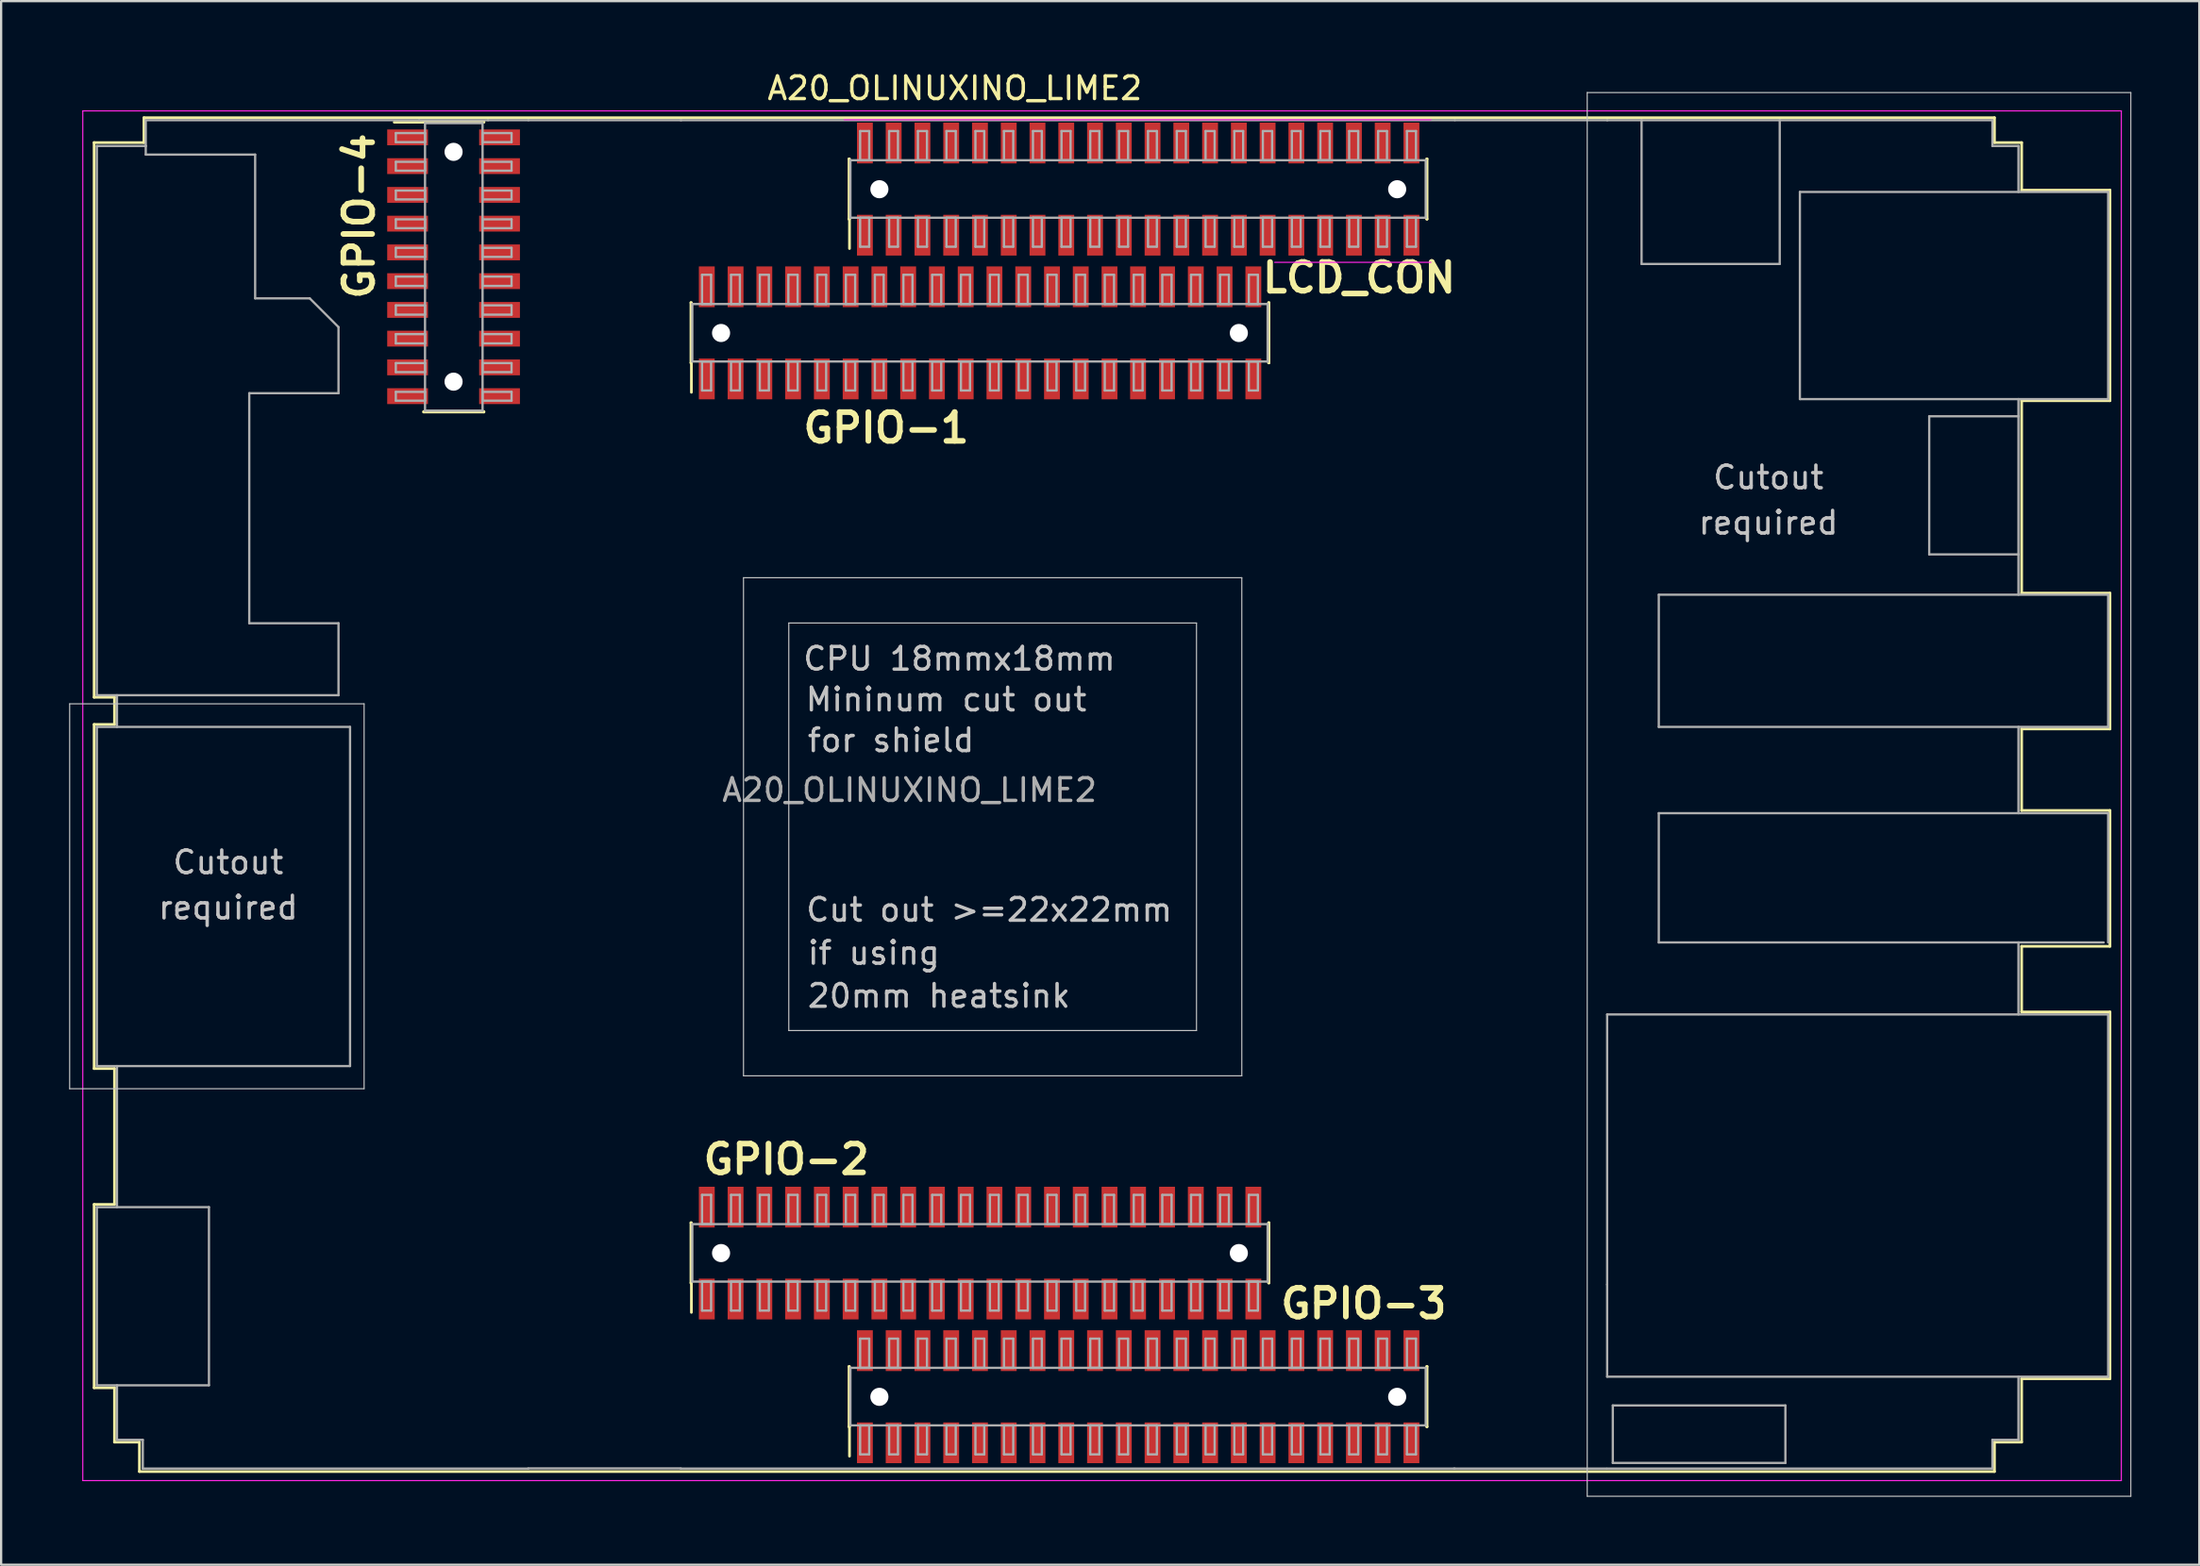
<source format=kicad_pcb>
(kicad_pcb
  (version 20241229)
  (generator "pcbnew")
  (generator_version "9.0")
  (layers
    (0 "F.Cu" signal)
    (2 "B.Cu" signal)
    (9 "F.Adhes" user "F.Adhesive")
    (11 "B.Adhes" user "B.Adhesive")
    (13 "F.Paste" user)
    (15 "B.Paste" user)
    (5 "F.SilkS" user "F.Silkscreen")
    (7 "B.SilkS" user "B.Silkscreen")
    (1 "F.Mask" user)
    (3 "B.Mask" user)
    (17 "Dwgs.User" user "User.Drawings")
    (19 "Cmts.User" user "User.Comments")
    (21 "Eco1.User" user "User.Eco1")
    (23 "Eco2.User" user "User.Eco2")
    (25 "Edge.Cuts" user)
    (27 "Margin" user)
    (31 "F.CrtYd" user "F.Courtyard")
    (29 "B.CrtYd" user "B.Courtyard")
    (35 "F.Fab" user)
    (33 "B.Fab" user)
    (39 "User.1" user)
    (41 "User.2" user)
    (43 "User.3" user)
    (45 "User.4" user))
  (footprint "A20_OLINUXINO_LIME2"
    (layer "F.Cu")
    (at 37.105 31.848)
    (property "Reference" "A20_OLINUXINO_LIME2" (at 2 -31 0) (layer "F.SilkS") (effects (font (size 1 1) (thickness 0.15))))
    (attr smd)
    (fp_line (start -36 -28.6) (end -36 -4.1) (stroke (width 0.12) (type solid)) (layer "F.SilkS"))
    (fp_line (start -36 -4.1) (end -35.1 -4.1) (stroke (width 0.12) (type solid)) (layer "F.SilkS"))
    (fp_line (start -36 -2.9) (end -36 12.3) (stroke (width 0.12) (type solid)) (layer "F.SilkS"))
    (fp_line (start -36 12.3) (end -35.1 12.3) (stroke (width 0.12) (type solid)) (layer "F.SilkS"))
    (fp_line (start -36 18.3) (end -36 26.4) (stroke (width 0.12) (type solid)) (layer "F.SilkS"))
    (fp_line (start -36 26.4) (end -35.1 26.4) (stroke (width 0.12) (type solid)) (layer "F.SilkS"))
    (fp_line (start -35.1 -4.1) (end -35.1 -2.9) (stroke (width 0.12) (type solid)) (layer "F.SilkS"))
    (fp_line (start -35.1 -2.9) (end -36 -2.9) (stroke (width 0.12) (type solid)) (layer "F.SilkS"))
    (fp_line (start -35.1 12.3) (end -35.1 18.3) (stroke (width 0.12) (type solid)) (layer "F.SilkS"))
    (fp_line (start -35.1 18.3) (end -36 18.3) (stroke (width 0.12) (type solid)) (layer "F.SilkS"))
    (fp_line (start -35.1 26.4) (end -35.1 28.8) (stroke (width 0.12) (type solid)) (layer "F.SilkS"))
    (fp_line (start -35.1 28.8) (end -34 28.8) (stroke (width 0.12) (type solid)) (layer "F.SilkS"))
    (fp_line (start -34 28.8) (end -34 30.1) (stroke (width 0.12) (type solid)) (layer "F.SilkS"))
    (fp_line (start -34 30.1) (end 47.9 30.1) (stroke (width 0.12) (type solid)) (layer "F.SilkS"))
    (fp_line (start -33.8 -29.7) (end -33.8 -28.6) (stroke (width 0.12) (type solid)) (layer "F.SilkS"))
    (fp_line (start -33.8 -28.6) (end -36 -28.6) (stroke (width 0.12) (type solid)) (layer "F.SilkS"))
    (fp_line (start -22.75 -29.5) (end -21.45 -29.5) (stroke (width 0.12) (type solid)) (layer "F.SilkS"))
    (fp_line (start -21.45 -29.52) (end -18.79 -29.52) (stroke (width 0.12) (type solid)) (layer "F.SilkS"))
    (fp_line (start -21.45 -29.5) (end -21.45 -29.52) (stroke (width 0.12) (type solid)) (layer "F.SilkS"))
    (fp_line (start -21.45 -16.72) (end -21.45 -16.7) (stroke (width 0.12) (type solid)) (layer "F.SilkS"))
    (fp_line (start -21.45 -16.7) (end -18.79 -16.7) (stroke (width 0.12) (type solid)) (layer "F.SilkS"))
    (fp_line (start -18.79 -29.52) (end -18.79 -29.5) (stroke (width 0.12) (type solid)) (layer "F.SilkS"))
    (fp_line (start -18.79 -16.7) (end -18.79 -16.72) (stroke (width 0.12) (type solid)) (layer "F.SilkS"))
    (fp_line (start -9.65 -21.53) (end -9.63 -21.53) (stroke (width 0.12) (type solid)) (layer "F.SilkS"))
    (fp_line (start -9.65 -18.87) (end -9.65 -21.53) (stroke (width 0.12) (type solid)) (layer "F.SilkS"))
    (fp_line (start -9.65 19.11) (end -9.63 19.11) (stroke (width 0.12) (type solid)) (layer "F.SilkS"))
    (fp_line (start -9.65 21.77) (end -9.65 19.11) (stroke (width 0.12) (type solid)) (layer "F.SilkS"))
    (fp_line (start -9.63 -18.87) (end -9.65 -18.87) (stroke (width 0.12) (type solid)) (layer "F.SilkS"))
    (fp_line (start -9.63 -17.57) (end -9.63 -18.87) (stroke (width 0.12) (type solid)) (layer "F.SilkS"))
    (fp_line (start -9.63 21.77) (end -9.65 21.77) (stroke (width 0.12) (type solid)) (layer "F.SilkS"))
    (fp_line (start -9.63 23.07) (end -9.63 21.77) (stroke (width 0.12) (type solid)) (layer "F.SilkS"))
    (fp_line (start -2.67 -27.88) (end -2.65 -27.88) (stroke (width 0.12) (type solid)) (layer "F.SilkS"))
    (fp_line (start -2.67 -25.22) (end -2.67 -27.88) (stroke (width 0.12) (type solid)) (layer "F.SilkS"))
    (fp_line (start -2.67 25.46) (end -2.65 25.46) (stroke (width 0.12) (type solid)) (layer "F.SilkS"))
    (fp_line (start -2.67 28.12) (end -2.67 25.46) (stroke (width 0.12) (type solid)) (layer "F.SilkS"))
    (fp_line (start -2.65 -25.22) (end -2.67 -25.22) (stroke (width 0.12) (type solid)) (layer "F.SilkS"))
    (fp_line (start -2.65 -23.92) (end -2.65 -25.22) (stroke (width 0.12) (type solid)) (layer "F.SilkS"))
    (fp_line (start -2.65 28.12) (end -2.67 28.12) (stroke (width 0.12) (type solid)) (layer "F.SilkS"))
    (fp_line (start -2.65 29.42) (end -2.65 28.12) (stroke (width 0.12) (type solid)) (layer "F.SilkS"))
    (fp_line (start 15.85 -18.87) (end 15.87 -18.87) (stroke (width 0.12) (type solid)) (layer "F.SilkS"))
    (fp_line (start 15.85 21.77) (end 15.87 21.77) (stroke (width 0.12) (type solid)) (layer "F.SilkS"))
    (fp_line (start 15.87 -21.53) (end 15.85 -21.53) (stroke (width 0.12) (type solid)) (layer "F.SilkS"))
    (fp_line (start 15.87 -18.87) (end 15.87 -21.53) (stroke (width 0.12) (type solid)) (layer "F.SilkS"))
    (fp_line (start 15.87 19.11) (end 15.85 19.11) (stroke (width 0.12) (type solid)) (layer "F.SilkS"))
    (fp_line (start 15.87 21.77) (end 15.87 19.11) (stroke (width 0.12) (type solid)) (layer "F.SilkS"))
    (fp_line (start 22.83 -25.22) (end 22.85 -25.22) (stroke (width 0.12) (type solid)) (layer "F.SilkS"))
    (fp_line (start 22.83 28.12) (end 22.85 28.12) (stroke (width 0.12) (type solid)) (layer "F.SilkS"))
    (fp_line (start 22.85 -27.88) (end 22.83 -27.88) (stroke (width 0.12) (type solid)) (layer "F.SilkS"))
    (fp_line (start 22.85 -25.22) (end 22.85 -27.88) (stroke (width 0.12) (type solid)) (layer "F.SilkS"))
    (fp_line (start 22.85 25.46) (end 22.83 25.46) (stroke (width 0.12) (type solid)) (layer "F.SilkS"))
    (fp_line (start 22.85 28.12) (end 22.85 25.46) (stroke (width 0.12) (type solid)) (layer "F.SilkS"))
    (fp_line (start 47.9 -29.7) (end -33.8 -29.7) (stroke (width 0.12) (type solid)) (layer "F.SilkS"))
    (fp_line (start 47.9 -28.6) (end 47.9 -29.7) (stroke (width 0.12) (type solid)) (layer "F.SilkS"))
    (fp_line (start 47.9 28.8) (end 49.1 28.8) (stroke (width 0.12) (type solid)) (layer "F.SilkS"))
    (fp_line (start 47.9 30.1) (end 47.9 28.8) (stroke (width 0.12) (type solid)) (layer "F.SilkS"))
    (fp_line (start 49.1 -28.6) (end 47.9 -28.6) (stroke (width 0.12) (type solid)) (layer "F.SilkS"))
    (fp_line (start 49.1 -26.5) (end 49.1 -28.6) (stroke (width 0.12) (type solid)) (layer "F.SilkS"))
    (fp_line (start 49.1 -17.2) (end 53 -17.2) (stroke (width 0.12) (type solid)) (layer "F.SilkS"))
    (fp_line (start 49.1 -8.7) (end 49.1 -17.2) (stroke (width 0.12) (type solid)) (layer "F.SilkS"))
    (fp_line (start 49.1 -2.7) (end 53 -2.7) (stroke (width 0.12) (type solid)) (layer "F.SilkS"))
    (fp_line (start 49.1 0.9) (end 49.1 -2.7) (stroke (width 0.12) (type solid)) (layer "F.SilkS"))
    (fp_line (start 49.1 6.9) (end 53 6.9) (stroke (width 0.12) (type solid)) (layer "F.SilkS"))
    (fp_line (start 49.1 9.8) (end 49.1 6.9) (stroke (width 0.12) (type solid)) (layer "F.SilkS"))
    (fp_line (start 49.1 26) (end 53 26) (stroke (width 0.12) (type solid)) (layer "F.SilkS"))
    (fp_line (start 49.1 28.8) (end 49.1 26) (stroke (width 0.12) (type solid)) (layer "F.SilkS"))
    (fp_line (start 53 -26.5) (end 49.1 -26.5) (stroke (width 0.12) (type solid)) (layer "F.SilkS"))
    (fp_line (start 53 -17.2) (end 53 -26.5) (stroke (width 0.12) (type solid)) (layer "F.SilkS"))
    (fp_line (start 53 -8.7) (end 49.1 -8.7) (stroke (width 0.12) (type solid)) (layer "F.SilkS"))
    (fp_line (start 53 -2.7) (end 53 -8.7) (stroke (width 0.12) (type solid)) (layer "F.SilkS"))
    (fp_line (start 53 0.9) (end 49.1 0.9) (stroke (width 0.12) (type solid)) (layer "F.SilkS"))
    (fp_line (start 53 6.9) (end 53 0.9) (stroke (width 0.12) (type solid)) (layer "F.SilkS"))
    (fp_line (start 53 9.8) (end 49.1 9.8) (stroke (width 0.12) (type solid)) (layer "F.SilkS"))
    (fp_line (start 53 26) (end 53 9.8) (stroke (width 0.12) (type solid)) (layer "F.SilkS"))
    (fp_line (start -37.08 -3.81) (end -37.08 13.19) (stroke (width 0.05) (type solid)) (layer "Dwgs.User"))
    (fp_line (start -37.08 13.19) (end -24.08 13.19) (stroke (width 0.05) (type solid)) (layer "Dwgs.User"))
    (fp_line (start -24.08 -3.81) (end -37.08 -3.81) (stroke (width 0.05) (type solid)) (layer "Dwgs.User"))
    (fp_line (start -24.08 13.19) (end -24.08 -3.81) (stroke (width 0.05) (type solid)) (layer "Dwgs.User"))
    (fp_line (start -7.33 -9.38) (end -7.33 12.62) (stroke (width 0.05) (type solid)) (layer "Dwgs.User"))
    (fp_line (start -7.33 12.62) (end 14.67 12.62) (stroke (width 0.05) (type solid)) (layer "Dwgs.User"))
    (fp_line (start -5.33 -7.38) (end -5.33 10.62) (stroke (width 0.05) (type solid)) (layer "Dwgs.User"))
    (fp_line (start -5.33 10.62) (end 12.67 10.62) (stroke (width 0.05) (type solid)) (layer "Dwgs.User"))
    (fp_line (start 12.67 -7.38) (end -5.33 -7.38) (stroke (width 0.05) (type solid)) (layer "Dwgs.User"))
    (fp_line (start 12.67 10.62) (end 12.67 -7.38) (stroke (width 0.05) (type solid)) (layer "Dwgs.User"))
    (fp_line (start 14.67 -9.38) (end -7.33 -9.38) (stroke (width 0.05) (type solid)) (layer "Dwgs.User"))
    (fp_line (start 14.67 12.62) (end 14.67 -9.38) (stroke (width 0.05) (type solid)) (layer "Dwgs.User"))
    (fp_line (start 29.92 -30.81) (end 53.92 -30.81) (stroke (width 0.05) (type solid)) (layer "Dwgs.User"))
    (fp_line (start 29.92 31.19) (end 29.92 -30.81) (stroke (width 0.05) (type solid)) (layer "Dwgs.User"))
    (fp_line (start 53.92 -30.81) (end 53.92 31.19) (stroke (width 0.05) (type solid)) (layer "Dwgs.User"))
    (fp_line (start 53.92 31.19) (end 29.92 31.19) (stroke (width 0.05) (type solid)) (layer "Dwgs.User"))
    (fp_line (start -36.5 -30) (end -36.5 30.5) (stroke (width 0.05) (type solid)) (layer "F.CrtYd"))
    (fp_line (start -36.5 30.5) (end 53.5 30.5) (stroke (width 0.05) (type solid)) (layer "F.CrtYd"))
    (fp_line (start 16.12 -23.31) (end 23.02 -23.31) (stroke (width 0.05) (type solid)) (layer "F.CrtYd"))
    (fp_line (start 23.02 -29.61) (end -2.88 -29.61) (stroke (width 0.05) (type solid)) (layer "F.CrtYd"))
    (fp_line (start 53.5 -30) (end -36.5 -30) (stroke (width 0.05) (type solid)) (layer "F.CrtYd"))
    (fp_line (start 53.5 30.5) (end 53.5 -30) (stroke (width 0.05) (type solid)) (layer "F.CrtYd"))
    (fp_line (start -35.88 -28.45) (end -33.72 -28.45) (stroke (width 0.1) (type solid)) (layer "F.Fab"))
    (fp_line (start -35.88 -4.19) (end -35.88 -28.45) (stroke (width 0.1) (type solid)) (layer "F.Fab"))
    (fp_line (start -35.88 -4.19) (end -25.21 -4.19) (stroke (width 0.1) (type solid)) (layer "F.Fab"))
    (fp_line (start -35.88 12.19) (end -35.88 -2.79) (stroke (width 0.1) (type solid)) (layer "F.Fab"))
    (fp_line (start -35.88 12.19) (end -24.7 12.19) (stroke (width 0.1) (type solid)) (layer "F.Fab"))
    (fp_line (start -35.88 26.29) (end -35.88 18.42) (stroke (width 0.1) (type solid)) (layer "F.Fab"))
    (fp_line (start -35.88 26.29) (end -30.93 26.29) (stroke (width 0.1) (type solid)) (layer "F.Fab"))
    (fp_line (start -34.99 -2.79) (end -34.99 -4.19) (stroke (width 0.1) (type solid)) (layer "F.Fab"))
    (fp_line (start -34.99 18.42) (end -34.99 12.19) (stroke (width 0.1) (type solid)) (layer "F.Fab"))
    (fp_line (start -34.99 28.7) (end -34.99 26.29) (stroke (width 0.1) (type solid)) (layer "F.Fab"))
    (fp_line (start -33.85 28.7) (end -34.99 28.7) (stroke (width 0.1) (type solid)) (layer "F.Fab"))
    (fp_line (start -33.85 29.97) (end -33.85 28.7) (stroke (width 0.1) (type solid)) (layer "F.Fab"))
    (fp_line (start -33.72 -29.59) (end -21.65 -29.59) (stroke (width 0.1) (type solid)) (layer "F.Fab"))
    (fp_line (start -33.72 -28.45) (end -33.72 -29.59) (stroke (width 0.1) (type solid)) (layer "F.Fab"))
    (fp_line (start -33.72 -28.07) (end -33.72 -28.45) (stroke (width 0.1) (type solid)) (layer "F.Fab"))
    (fp_line (start -30.93 18.42) (end -35.88 18.42) (stroke (width 0.1) (type solid)) (layer "F.Fab"))
    (fp_line (start -30.93 26.29) (end -30.93 18.42) (stroke (width 0.1) (type solid)) (layer "F.Fab"))
    (fp_line (start -29.15 -17.53) (end -25.21 -17.53) (stroke (width 0.1) (type solid)) (layer "F.Fab"))
    (fp_line (start -29.15 -7.37) (end -29.15 -17.53) (stroke (width 0.1) (type solid)) (layer "F.Fab"))
    (fp_line (start -28.89 -28.07) (end -33.72 -28.07) (stroke (width 0.1) (type solid)) (layer "F.Fab"))
    (fp_line (start -28.89 -21.72) (end -28.89 -28.07) (stroke (width 0.1) (type solid)) (layer "F.Fab"))
    (fp_line (start -26.48 -21.72) (end -28.89 -21.72) (stroke (width 0.1) (type solid)) (layer "F.Fab"))
    (fp_line (start -25.21 -20.45) (end -26.48 -21.72) (stroke (width 0.1) (type solid)) (layer "F.Fab"))
    (fp_line (start -25.21 -17.53) (end -25.21 -20.45) (stroke (width 0.1) (type solid)) (layer "F.Fab"))
    (fp_line (start -25.21 -7.37) (end -29.15 -7.37) (stroke (width 0.1) (type solid)) (layer "F.Fab"))
    (fp_line (start -25.21 -4.19) (end -25.21 -7.37) (stroke (width 0.1) (type solid)) (layer "F.Fab"))
    (fp_line (start -24.7 -2.79) (end -35.88 -2.79) (stroke (width 0.1) (type solid)) (layer "F.Fab"))
    (fp_line (start -24.7 12.19) (end -24.7 -2.79) (stroke (width 0.1) (type solid)) (layer "F.Fab"))
    (fp_line (start -22.68 -29.02) (end -21.39 -29.02) (stroke (width 0.1) (type solid)) (layer "F.Fab"))
    (fp_line (start -22.68 -28.62) (end -22.68 -29.02) (stroke (width 0.1) (type solid)) (layer "F.Fab"))
    (fp_line (start -22.68 -27.75) (end -21.39 -27.75) (stroke (width 0.1) (type solid)) (layer "F.Fab"))
    (fp_line (start -22.68 -27.36) (end -22.68 -27.75) (stroke (width 0.1) (type solid)) (layer "F.Fab"))
    (fp_line (start -22.68 -26.48) (end -21.39 -26.48) (stroke (width 0.1) (type solid)) (layer "F.Fab"))
    (fp_line (start -22.68 -26.09) (end -22.68 -26.48) (stroke (width 0.1) (type solid)) (layer "F.Fab"))
    (fp_line (start -22.68 -25.21) (end -21.39 -25.21) (stroke (width 0.1) (type solid)) (layer "F.Fab"))
    (fp_line (start -22.68 -24.82) (end -22.68 -25.21) (stroke (width 0.1) (type solid)) (layer "F.Fab"))
    (fp_line (start -22.68 -23.95) (end -21.39 -23.95) (stroke (width 0.1) (type solid)) (layer "F.Fab"))
    (fp_line (start -22.68 -23.55) (end -22.68 -23.95) (stroke (width 0.1) (type solid)) (layer "F.Fab"))
    (fp_line (start -22.68 -22.68) (end -21.39 -22.68) (stroke (width 0.1) (type solid)) (layer "F.Fab"))
    (fp_line (start -22.68 -22.27) (end -22.68 -22.68) (stroke (width 0.1) (type solid)) (layer "F.Fab"))
    (fp_line (start -22.68 -21.41) (end -21.39 -21.41) (stroke (width 0.1) (type solid)) (layer "F.Fab"))
    (fp_line (start -22.68 -21) (end -22.68 -21.41) (stroke (width 0.1) (type solid)) (layer "F.Fab"))
    (fp_line (start -22.68 -20.14) (end -21.39 -20.14) (stroke (width 0.1) (type solid)) (layer "F.Fab"))
    (fp_line (start -22.68 -19.73) (end -22.68 -20.14) (stroke (width 0.1) (type solid)) (layer "F.Fab"))
    (fp_line (start -22.68 -18.86) (end -21.39 -18.86) (stroke (width 0.1) (type solid)) (layer "F.Fab"))
    (fp_line (start -22.68 -18.46) (end -22.68 -18.86) (stroke (width 0.1) (type solid)) (layer "F.Fab"))
    (fp_line (start -22.68 -17.59) (end -21.39 -17.59) (stroke (width 0.1) (type solid)) (layer "F.Fab"))
    (fp_line (start -22.68 -17.2) (end -22.68 -17.59) (stroke (width 0.1) (type solid)) (layer "F.Fab"))
    (fp_line (start -21.65 -29.59) (end -18.61 -29.59) (stroke (width 0.1) (type solid)) (layer "F.Fab"))
    (fp_line (start -21.39 -29.46) (end -21.39 -16.76) (stroke (width 0.1) (type solid)) (layer "F.Fab"))
    (fp_line (start -21.39 -29.02) (end -21.39 -28.62) (stroke (width 0.1) (type solid)) (layer "F.Fab"))
    (fp_line (start -21.39 -28.62) (end -22.68 -28.62) (stroke (width 0.1) (type solid)) (layer "F.Fab"))
    (fp_line (start -21.39 -27.75) (end -21.39 -27.36) (stroke (width 0.1) (type solid)) (layer "F.Fab"))
    (fp_line (start -21.39 -27.36) (end -22.68 -27.36) (stroke (width 0.1) (type solid)) (layer "F.Fab"))
    (fp_line (start -21.39 -26.48) (end -21.39 -26.09) (stroke (width 0.1) (type solid)) (layer "F.Fab"))
    (fp_line (start -21.39 -26.09) (end -22.68 -26.09) (stroke (width 0.1) (type solid)) (layer "F.Fab"))
    (fp_line (start -21.39 -25.21) (end -21.39 -24.82) (stroke (width 0.1) (type solid)) (layer "F.Fab"))
    (fp_line (start -21.39 -24.82) (end -22.68 -24.82) (stroke (width 0.1) (type solid)) (layer "F.Fab"))
    (fp_line (start -21.39 -23.95) (end -21.39 -23.55) (stroke (width 0.1) (type solid)) (layer "F.Fab"))
    (fp_line (start -21.39 -23.55) (end -22.68 -23.55) (stroke (width 0.1) (type solid)) (layer "F.Fab"))
    (fp_line (start -21.39 -22.68) (end -21.39 -22.27) (stroke (width 0.1) (type solid)) (layer "F.Fab"))
    (fp_line (start -21.39 -22.27) (end -22.68 -22.27) (stroke (width 0.1) (type solid)) (layer "F.Fab"))
    (fp_line (start -21.39 -21.41) (end -21.39 -21) (stroke (width 0.1) (type solid)) (layer "F.Fab"))
    (fp_line (start -21.39 -21) (end -22.68 -21) (stroke (width 0.1) (type solid)) (layer "F.Fab"))
    (fp_line (start -21.39 -20.14) (end -21.39 -19.73) (stroke (width 0.1) (type solid)) (layer "F.Fab"))
    (fp_line (start -21.39 -19.73) (end -22.68 -19.73) (stroke (width 0.1) (type solid)) (layer "F.Fab"))
    (fp_line (start -21.39 -18.86) (end -21.39 -18.46) (stroke (width 0.1) (type solid)) (layer "F.Fab"))
    (fp_line (start -21.39 -18.46) (end -22.68 -18.46) (stroke (width 0.1) (type solid)) (layer "F.Fab"))
    (fp_line (start -21.39 -17.59) (end -21.39 -17.2) (stroke (width 0.1) (type solid)) (layer "F.Fab"))
    (fp_line (start -21.39 -17.2) (end -22.68 -17.2) (stroke (width 0.1) (type solid)) (layer "F.Fab"))
    (fp_line (start -21.39 -16.76) (end -18.85 -16.76) (stroke (width 0.1) (type solid)) (layer "F.Fab"))
    (fp_line (start -18.85 -29.46) (end -21.39 -29.46) (stroke (width 0.1) (type solid)) (layer "F.Fab"))
    (fp_line (start -18.85 -29.02) (end -18.85 -28.62) (stroke (width 0.1) (type solid)) (layer "F.Fab"))
    (fp_line (start -18.85 -28.62) (end -17.57 -28.62) (stroke (width 0.1) (type solid)) (layer "F.Fab"))
    (fp_line (start -18.85 -27.75) (end -18.85 -27.36) (stroke (width 0.1) (type solid)) (layer "F.Fab"))
    (fp_line (start -18.85 -27.36) (end -17.57 -27.36) (stroke (width 0.1) (type solid)) (layer "F.Fab"))
    (fp_line (start -18.85 -26.48) (end -18.85 -26.09) (stroke (width 0.1) (type solid)) (layer "F.Fab"))
    (fp_line (start -18.85 -26.09) (end -17.57 -26.09) (stroke (width 0.1) (type solid)) (layer "F.Fab"))
    (fp_line (start -18.85 -25.21) (end -18.85 -24.82) (stroke (width 0.1) (type solid)) (layer "F.Fab"))
    (fp_line (start -18.85 -24.82) (end -17.57 -24.82) (stroke (width 0.1) (type solid)) (layer "F.Fab"))
    (fp_line (start -18.85 -23.95) (end -18.85 -23.55) (stroke (width 0.1) (type solid)) (layer "F.Fab"))
    (fp_line (start -18.85 -23.55) (end -17.57 -23.55) (stroke (width 0.1) (type solid)) (layer "F.Fab"))
    (fp_line (start -18.85 -22.68) (end -18.85 -22.27) (stroke (width 0.1) (type solid)) (layer "F.Fab"))
    (fp_line (start -18.85 -22.27) (end -17.57 -22.27) (stroke (width 0.1) (type solid)) (layer "F.Fab"))
    (fp_line (start -18.85 -21.41) (end -18.85 -21) (stroke (width 0.1) (type solid)) (layer "F.Fab"))
    (fp_line (start -18.85 -21) (end -17.57 -21) (stroke (width 0.1) (type solid)) (layer "F.Fab"))
    (fp_line (start -18.85 -20.14) (end -18.85 -19.73) (stroke (width 0.1) (type solid)) (layer "F.Fab"))
    (fp_line (start -18.85 -19.73) (end -17.57 -19.73) (stroke (width 0.1) (type solid)) (layer "F.Fab"))
    (fp_line (start -18.85 -18.86) (end -18.85 -18.46) (stroke (width 0.1) (type solid)) (layer "F.Fab"))
    (fp_line (start -18.85 -18.46) (end -17.57 -18.46) (stroke (width 0.1) (type solid)) (layer "F.Fab"))
    (fp_line (start -18.85 -17.59) (end -18.85 -17.2) (stroke (width 0.1) (type solid)) (layer "F.Fab"))
    (fp_line (start -18.85 -17.2) (end -17.57 -17.2) (stroke (width 0.1) (type solid)) (layer "F.Fab"))
    (fp_line (start -18.85 -16.76) (end -18.85 -29.46) (stroke (width 0.1) (type solid)) (layer "F.Fab"))
    (fp_line (start -18.61 -29.59) (end -16.83 -29.59) (stroke (width 0.1) (type solid)) (layer "F.Fab"))
    (fp_line (start -17.57 -29.02) (end -18.85 -29.02) (stroke (width 0.1) (type solid)) (layer "F.Fab"))
    (fp_line (start -17.57 -28.62) (end -17.57 -29.02) (stroke (width 0.1) (type solid)) (layer "F.Fab"))
    (fp_line (start -17.57 -27.75) (end -18.85 -27.75) (stroke (width 0.1) (type solid)) (layer "F.Fab"))
    (fp_line (start -17.57 -27.36) (end -17.57 -27.75) (stroke (width 0.1) (type solid)) (layer "F.Fab"))
    (fp_line (start -17.57 -26.48) (end -18.85 -26.48) (stroke (width 0.1) (type solid)) (layer "F.Fab"))
    (fp_line (start -17.57 -26.09) (end -17.57 -26.48) (stroke (width 0.1) (type solid)) (layer "F.Fab"))
    (fp_line (start -17.57 -25.21) (end -18.85 -25.21) (stroke (width 0.1) (type solid)) (layer "F.Fab"))
    (fp_line (start -17.57 -24.82) (end -17.57 -25.21) (stroke (width 0.1) (type solid)) (layer "F.Fab"))
    (fp_line (start -17.57 -23.95) (end -18.85 -23.95) (stroke (width 0.1) (type solid)) (layer "F.Fab"))
    (fp_line (start -17.57 -23.55) (end -17.57 -23.95) (stroke (width 0.1) (type solid)) (layer "F.Fab"))
    (fp_line (start -17.57 -22.68) (end -18.85 -22.68) (stroke (width 0.1) (type solid)) (layer "F.Fab"))
    (fp_line (start -17.57 -22.27) (end -17.57 -22.68) (stroke (width 0.1) (type solid)) (layer "F.Fab"))
    (fp_line (start -17.57 -21.41) (end -18.85 -21.41) (stroke (width 0.1) (type solid)) (layer "F.Fab"))
    (fp_line (start -17.57 -21) (end -17.57 -21.41) (stroke (width 0.1) (type solid)) (layer "F.Fab"))
    (fp_line (start -17.57 -20.14) (end -18.85 -20.14) (stroke (width 0.1) (type solid)) (layer "F.Fab"))
    (fp_line (start -17.57 -19.73) (end -17.57 -20.14) (stroke (width 0.1) (type solid)) (layer "F.Fab"))
    (fp_line (start -17.57 -18.86) (end -18.85 -18.86) (stroke (width 0.1) (type solid)) (layer "F.Fab"))
    (fp_line (start -17.57 -18.46) (end -17.57 -18.86) (stroke (width 0.1) (type solid)) (layer "F.Fab"))
    (fp_line (start -17.57 -17.59) (end -18.85 -17.59) (stroke (width 0.1) (type solid)) (layer "F.Fab"))
    (fp_line (start -17.57 -17.2) (end -17.57 -17.59) (stroke (width 0.1) (type solid)) (layer "F.Fab"))
    (fp_line (start -16.83 29.97) (end -33.85 29.97) (stroke (width 0.1) (type solid)) (layer "F.Fab"))
    (fp_line (start -16.82 -29.59) (end -10.08 -29.59) (stroke (width 0.1) (type solid)) (layer "F.Fab"))
    (fp_line (start -10.1 -29.59) (end 24.07 -29.59) (stroke (width 0.1) (type solid)) (layer "F.Fab"))
    (fp_line (start -10.1 29.96) (end -16.83 29.96) (stroke (width 0.1) (type solid)) (layer "F.Fab"))
    (fp_line (start -9.59 -21.47) (end -9.59 -18.93) (stroke (width 0.1) (type solid)) (layer "F.Fab"))
    (fp_line (start -9.59 -18.93) (end 15.81 -18.93) (stroke (width 0.1) (type solid)) (layer "F.Fab"))
    (fp_line (start -9.59 19.17) (end -9.59 21.71) (stroke (width 0.1) (type solid)) (layer "F.Fab"))
    (fp_line (start -9.59 21.71) (end 15.81 21.71) (stroke (width 0.1) (type solid)) (layer "F.Fab"))
    (fp_line (start -9.16 -22.76) (end -9.16 -21.47) (stroke (width 0.1) (type solid)) (layer "F.Fab"))
    (fp_line (start -9.16 -21.47) (end -8.76 -21.47) (stroke (width 0.1) (type solid)) (layer "F.Fab"))
    (fp_line (start -9.16 -18.93) (end -8.76 -18.93) (stroke (width 0.1) (type solid)) (layer "F.Fab"))
    (fp_line (start -9.16 -17.65) (end -9.16 -18.93) (stroke (width 0.1) (type solid)) (layer "F.Fab"))
    (fp_line (start -9.16 17.88) (end -9.16 19.17) (stroke (width 0.1) (type solid)) (layer "F.Fab"))
    (fp_line (start -9.16 19.17) (end -8.76 19.17) (stroke (width 0.1) (type solid)) (layer "F.Fab"))
    (fp_line (start -9.16 21.71) (end -8.76 21.71) (stroke (width 0.1) (type solid)) (layer "F.Fab"))
    (fp_line (start -9.16 22.99) (end -9.16 21.71) (stroke (width 0.1) (type solid)) (layer "F.Fab"))
    (fp_line (start -8.76 -22.76) (end -9.16 -22.76) (stroke (width 0.1) (type solid)) (layer "F.Fab"))
    (fp_line (start -8.76 -21.47) (end -8.76 -22.76) (stroke (width 0.1) (type solid)) (layer "F.Fab"))
    (fp_line (start -8.76 -18.93) (end -8.76 -17.65) (stroke (width 0.1) (type solid)) (layer "F.Fab"))
    (fp_line (start -8.76 -17.65) (end -9.16 -17.65) (stroke (width 0.1) (type solid)) (layer "F.Fab"))
    (fp_line (start -8.76 17.88) (end -9.16 17.88) (stroke (width 0.1) (type solid)) (layer "F.Fab"))
    (fp_line (start -8.76 19.17) (end -8.76 17.88) (stroke (width 0.1) (type solid)) (layer "F.Fab"))
    (fp_line (start -8.76 21.71) (end -8.76 22.99) (stroke (width 0.1) (type solid)) (layer "F.Fab"))
    (fp_line (start -8.76 22.99) (end -9.16 22.99) (stroke (width 0.1) (type solid)) (layer "F.Fab"))
    (fp_line (start -7.88 -22.76) (end -7.88 -21.47) (stroke (width 0.1) (type solid)) (layer "F.Fab"))
    (fp_line (start -7.88 -21.47) (end -7.49 -21.47) (stroke (width 0.1) (type solid)) (layer "F.Fab"))
    (fp_line (start -7.88 -18.93) (end -7.49 -18.93) (stroke (width 0.1) (type solid)) (layer "F.Fab"))
    (fp_line (start -7.88 -17.65) (end -7.88 -18.93) (stroke (width 0.1) (type solid)) (layer "F.Fab"))
    (fp_line (start -7.88 17.88) (end -7.88 19.17) (stroke (width 0.1) (type solid)) (layer "F.Fab"))
    (fp_line (start -7.88 19.17) (end -7.49 19.17) (stroke (width 0.1) (type solid)) (layer "F.Fab"))
    (fp_line (start -7.88 21.71) (end -7.49 21.71) (stroke (width 0.1) (type solid)) (layer "F.Fab"))
    (fp_line (start -7.88 22.99) (end -7.88 21.71) (stroke (width 0.1) (type solid)) (layer "F.Fab"))
    (fp_line (start -7.49 -22.76) (end -7.88 -22.76) (stroke (width 0.1) (type solid)) (layer "F.Fab"))
    (fp_line (start -7.49 -21.47) (end -7.49 -22.76) (stroke (width 0.1) (type solid)) (layer "F.Fab"))
    (fp_line (start -7.49 -18.93) (end -7.49 -17.65) (stroke (width 0.1) (type solid)) (layer "F.Fab"))
    (fp_line (start -7.49 -17.65) (end -7.88 -17.65) (stroke (width 0.1) (type solid)) (layer "F.Fab"))
    (fp_line (start -7.49 17.88) (end -7.88 17.88) (stroke (width 0.1) (type solid)) (layer "F.Fab"))
    (fp_line (start -7.49 19.17) (end -7.49 17.88) (stroke (width 0.1) (type solid)) (layer "F.Fab"))
    (fp_line (start -7.49 21.71) (end -7.49 22.99) (stroke (width 0.1) (type solid)) (layer "F.Fab"))
    (fp_line (start -7.49 22.99) (end -7.88 22.99) (stroke (width 0.1) (type solid)) (layer "F.Fab"))
    (fp_line (start -6.61 -22.76) (end -6.61 -21.47) (stroke (width 0.1) (type solid)) (layer "F.Fab"))
    (fp_line (start -6.61 -21.47) (end -6.21 -21.47) (stroke (width 0.1) (type solid)) (layer "F.Fab"))
    (fp_line (start -6.61 -18.93) (end -6.21 -18.93) (stroke (width 0.1) (type solid)) (layer "F.Fab"))
    (fp_line (start -6.61 -17.65) (end -6.61 -18.93) (stroke (width 0.1) (type solid)) (layer "F.Fab"))
    (fp_line (start -6.61 17.88) (end -6.61 19.17) (stroke (width 0.1) (type solid)) (layer "F.Fab"))
    (fp_line (start -6.61 19.17) (end -6.21 19.17) (stroke (width 0.1) (type solid)) (layer "F.Fab"))
    (fp_line (start -6.61 21.71) (end -6.21 21.71) (stroke (width 0.1) (type solid)) (layer "F.Fab"))
    (fp_line (start -6.61 22.99) (end -6.61 21.71) (stroke (width 0.1) (type solid)) (layer "F.Fab"))
    (fp_line (start -6.21 -22.76) (end -6.61 -22.76) (stroke (width 0.1) (type solid)) (layer "F.Fab"))
    (fp_line (start -6.21 -21.47) (end -6.21 -22.76) (stroke (width 0.1) (type solid)) (layer "F.Fab"))
    (fp_line (start -6.21 -18.93) (end -6.21 -17.65) (stroke (width 0.1) (type solid)) (layer "F.Fab"))
    (fp_line (start -6.21 -17.65) (end -6.61 -17.65) (stroke (width 0.1) (type solid)) (layer "F.Fab"))
    (fp_line (start -6.21 17.88) (end -6.61 17.88) (stroke (width 0.1) (type solid)) (layer "F.Fab"))
    (fp_line (start -6.21 19.17) (end -6.21 17.88) (stroke (width 0.1) (type solid)) (layer "F.Fab"))
    (fp_line (start -6.21 21.71) (end -6.21 22.99) (stroke (width 0.1) (type solid)) (layer "F.Fab"))
    (fp_line (start -6.21 22.99) (end -6.61 22.99) (stroke (width 0.1) (type solid)) (layer "F.Fab"))
    (fp_line (start -5.35 -22.76) (end -5.35 -21.47) (stroke (width 0.1) (type solid)) (layer "F.Fab"))
    (fp_line (start -5.35 -21.47) (end -4.94 -21.47) (stroke (width 0.1) (type solid)) (layer "F.Fab"))
    (fp_line (start -5.35 -18.93) (end -4.94 -18.93) (stroke (width 0.1) (type solid)) (layer "F.Fab"))
    (fp_line (start -5.35 -17.65) (end -5.35 -18.93) (stroke (width 0.1) (type solid)) (layer "F.Fab"))
    (fp_line (start -5.35 17.88) (end -5.35 19.17) (stroke (width 0.1) (type solid)) (layer "F.Fab"))
    (fp_line (start -5.35 19.17) (end -4.94 19.17) (stroke (width 0.1) (type solid)) (layer "F.Fab"))
    (fp_line (start -5.35 21.71) (end -4.94 21.71) (stroke (width 0.1) (type solid)) (layer "F.Fab"))
    (fp_line (start -5.35 22.99) (end -5.35 21.71) (stroke (width 0.1) (type solid)) (layer "F.Fab"))
    (fp_line (start -4.94 -22.76) (end -5.35 -22.76) (stroke (width 0.1) (type solid)) (layer "F.Fab"))
    (fp_line (start -4.94 -21.47) (end -4.94 -22.76) (stroke (width 0.1) (type solid)) (layer "F.Fab"))
    (fp_line (start -4.94 -18.93) (end -4.94 -17.65) (stroke (width 0.1) (type solid)) (layer "F.Fab"))
    (fp_line (start -4.94 -17.65) (end -5.35 -17.65) (stroke (width 0.1) (type solid)) (layer "F.Fab"))
    (fp_line (start -4.94 17.88) (end -5.35 17.88) (stroke (width 0.1) (type solid)) (layer "F.Fab"))
    (fp_line (start -4.94 19.17) (end -4.94 17.88) (stroke (width 0.1) (type solid)) (layer "F.Fab"))
    (fp_line (start -4.94 21.71) (end -4.94 22.99) (stroke (width 0.1) (type solid)) (layer "F.Fab"))
    (fp_line (start -4.94 22.99) (end -5.35 22.99) (stroke (width 0.1) (type solid)) (layer "F.Fab"))
    (fp_line (start -4.07 -22.76) (end -4.07 -21.47) (stroke (width 0.1) (type solid)) (layer "F.Fab"))
    (fp_line (start -4.07 -21.47) (end -3.68 -21.47) (stroke (width 0.1) (type solid)) (layer "F.Fab"))
    (fp_line (start -4.07 -18.93) (end -3.68 -18.93) (stroke (width 0.1) (type solid)) (layer "F.Fab"))
    (fp_line (start -4.07 -17.65) (end -4.07 -18.93) (stroke (width 0.1) (type solid)) (layer "F.Fab"))
    (fp_line (start -4.07 17.88) (end -4.07 19.17) (stroke (width 0.1) (type solid)) (layer "F.Fab"))
    (fp_line (start -4.07 19.17) (end -3.68 19.17) (stroke (width 0.1) (type solid)) (layer "F.Fab"))
    (fp_line (start -4.07 21.71) (end -3.68 21.71) (stroke (width 0.1) (type solid)) (layer "F.Fab"))
    (fp_line (start -4.07 22.99) (end -4.07 21.71) (stroke (width 0.1) (type solid)) (layer "F.Fab"))
    (fp_line (start -3.68 -22.76) (end -4.07 -22.76) (stroke (width 0.1) (type solid)) (layer "F.Fab"))
    (fp_line (start -3.68 -21.47) (end -3.68 -22.76) (stroke (width 0.1) (type solid)) (layer "F.Fab"))
    (fp_line (start -3.68 -18.93) (end -3.68 -17.65) (stroke (width 0.1) (type solid)) (layer "F.Fab"))
    (fp_line (start -3.68 -17.65) (end -4.07 -17.65) (stroke (width 0.1) (type solid)) (layer "F.Fab"))
    (fp_line (start -3.68 17.88) (end -4.07 17.88) (stroke (width 0.1) (type solid)) (layer "F.Fab"))
    (fp_line (start -3.68 19.17) (end -3.68 17.88) (stroke (width 0.1) (type solid)) (layer "F.Fab"))
    (fp_line (start -3.68 21.71) (end -3.68 22.99) (stroke (width 0.1) (type solid)) (layer "F.Fab"))
    (fp_line (start -3.68 22.99) (end -4.07 22.99) (stroke (width 0.1) (type solid)) (layer "F.Fab"))
    (fp_line (start -2.81 -22.76) (end -2.81 -21.47) (stroke (width 0.1) (type solid)) (layer "F.Fab"))
    (fp_line (start -2.81 -21.47) (end -2.4 -21.47) (stroke (width 0.1) (type solid)) (layer "F.Fab"))
    (fp_line (start -2.81 -18.93) (end -2.4 -18.93) (stroke (width 0.1) (type solid)) (layer "F.Fab"))
    (fp_line (start -2.81 -17.65) (end -2.81 -18.93) (stroke (width 0.1) (type solid)) (layer "F.Fab"))
    (fp_line (start -2.81 17.88) (end -2.81 19.17) (stroke (width 0.1) (type solid)) (layer "F.Fab"))
    (fp_line (start -2.81 19.17) (end -2.4 19.17) (stroke (width 0.1) (type solid)) (layer "F.Fab"))
    (fp_line (start -2.81 21.71) (end -2.4 21.71) (stroke (width 0.1) (type solid)) (layer "F.Fab"))
    (fp_line (start -2.81 22.99) (end -2.81 21.71) (stroke (width 0.1) (type solid)) (layer "F.Fab"))
    (fp_line (start -2.61 -27.82) (end -2.61 -25.28) (stroke (width 0.1) (type solid)) (layer "F.Fab"))
    (fp_line (start -2.61 -25.28) (end 22.79 -25.28) (stroke (width 0.1) (type solid)) (layer "F.Fab"))
    (fp_line (start -2.61 25.52) (end -2.61 28.06) (stroke (width 0.1) (type solid)) (layer "F.Fab"))
    (fp_line (start -2.61 28.06) (end 22.79 28.06) (stroke (width 0.1) (type solid)) (layer "F.Fab"))
    (fp_line (start -2.4 -22.76) (end -2.81 -22.76) (stroke (width 0.1) (type solid)) (layer "F.Fab"))
    (fp_line (start -2.4 -21.47) (end -2.4 -22.76) (stroke (width 0.1) (type solid)) (layer "F.Fab"))
    (fp_line (start -2.4 -18.93) (end -2.4 -17.65) (stroke (width 0.1) (type solid)) (layer "F.Fab"))
    (fp_line (start -2.4 -17.65) (end -2.81 -17.65) (stroke (width 0.1) (type solid)) (layer "F.Fab"))
    (fp_line (start -2.4 17.88) (end -2.81 17.88) (stroke (width 0.1) (type solid)) (layer "F.Fab"))
    (fp_line (start -2.4 19.17) (end -2.4 17.88) (stroke (width 0.1) (type solid)) (layer "F.Fab"))
    (fp_line (start -2.4 21.71) (end -2.4 22.99) (stroke (width 0.1) (type solid)) (layer "F.Fab"))
    (fp_line (start -2.4 22.99) (end -2.81 22.99) (stroke (width 0.1) (type solid)) (layer "F.Fab"))
    (fp_line (start -2.18 -29.11) (end -2.18 -27.82) (stroke (width 0.1) (type solid)) (layer "F.Fab"))
    (fp_line (start -2.18 -27.82) (end -1.78 -27.82) (stroke (width 0.1) (type solid)) (layer "F.Fab"))
    (fp_line (start -2.18 -25.28) (end -1.78 -25.28) (stroke (width 0.1) (type solid)) (layer "F.Fab"))
    (fp_line (start -2.18 -24) (end -2.18 -25.28) (stroke (width 0.1) (type solid)) (layer "F.Fab"))
    (fp_line (start -2.18 24.23) (end -2.18 25.52) (stroke (width 0.1) (type solid)) (layer "F.Fab"))
    (fp_line (start -2.18 25.52) (end -1.78 25.52) (stroke (width 0.1) (type solid)) (layer "F.Fab"))
    (fp_line (start -2.18 28.06) (end -1.78 28.06) (stroke (width 0.1) (type solid)) (layer "F.Fab"))
    (fp_line (start -2.18 29.34) (end -2.18 28.06) (stroke (width 0.1) (type solid)) (layer "F.Fab"))
    (fp_line (start -1.78 -29.11) (end -2.18 -29.11) (stroke (width 0.1) (type solid)) (layer "F.Fab"))
    (fp_line (start -1.78 -27.82) (end -1.78 -29.11) (stroke (width 0.1) (type solid)) (layer "F.Fab"))
    (fp_line (start -1.78 -25.28) (end -1.78 -24) (stroke (width 0.1) (type solid)) (layer "F.Fab"))
    (fp_line (start -1.78 -24) (end -2.18 -24) (stroke (width 0.1) (type solid)) (layer "F.Fab"))
    (fp_line (start -1.78 24.23) (end -2.18 24.23) (stroke (width 0.1) (type solid)) (layer "F.Fab"))
    (fp_line (start -1.78 25.52) (end -1.78 24.23) (stroke (width 0.1) (type solid)) (layer "F.Fab"))
    (fp_line (start -1.78 28.06) (end -1.78 29.34) (stroke (width 0.1) (type solid)) (layer "F.Fab"))
    (fp_line (start -1.78 29.34) (end -2.18 29.34) (stroke (width 0.1) (type solid)) (layer "F.Fab"))
    (fp_line (start -1.53 -22.76) (end -1.53 -21.47) (stroke (width 0.1) (type solid)) (layer "F.Fab"))
    (fp_line (start -1.53 -21.47) (end -1.14 -21.47) (stroke (width 0.1) (type solid)) (layer "F.Fab"))
    (fp_line (start -1.53 -18.93) (end -1.14 -18.93) (stroke (width 0.1) (type solid)) (layer "F.Fab"))
    (fp_line (start -1.53 -17.65) (end -1.53 -18.93) (stroke (width 0.1) (type solid)) (layer "F.Fab"))
    (fp_line (start -1.53 17.88) (end -1.53 19.17) (stroke (width 0.1) (type solid)) (layer "F.Fab"))
    (fp_line (start -1.53 19.17) (end -1.14 19.17) (stroke (width 0.1) (type solid)) (layer "F.Fab"))
    (fp_line (start -1.53 21.71) (end -1.14 21.71) (stroke (width 0.1) (type solid)) (layer "F.Fab"))
    (fp_line (start -1.53 22.99) (end -1.53 21.71) (stroke (width 0.1) (type solid)) (layer "F.Fab"))
    (fp_line (start -1.14 -22.76) (end -1.53 -22.76) (stroke (width 0.1) (type solid)) (layer "F.Fab"))
    (fp_line (start -1.14 -21.47) (end -1.14 -22.76) (stroke (width 0.1) (type solid)) (layer "F.Fab"))
    (fp_line (start -1.14 -18.93) (end -1.14 -17.65) (stroke (width 0.1) (type solid)) (layer "F.Fab"))
    (fp_line (start -1.14 -17.65) (end -1.53 -17.65) (stroke (width 0.1) (type solid)) (layer "F.Fab"))
    (fp_line (start -1.14 17.88) (end -1.53 17.88) (stroke (width 0.1) (type solid)) (layer "F.Fab"))
    (fp_line (start -1.14 19.17) (end -1.14 17.88) (stroke (width 0.1) (type solid)) (layer "F.Fab"))
    (fp_line (start -1.14 21.71) (end -1.14 22.99) (stroke (width 0.1) (type solid)) (layer "F.Fab"))
    (fp_line (start -1.14 22.99) (end -1.53 22.99) (stroke (width 0.1) (type solid)) (layer "F.Fab"))
    (fp_line (start -0.9 -29.11) (end -0.9 -27.82) (stroke (width 0.1) (type solid)) (layer "F.Fab"))
    (fp_line (start -0.9 -27.82) (end -0.51 -27.82) (stroke (width 0.1) (type solid)) (layer "F.Fab"))
    (fp_line (start -0.9 -25.28) (end -0.51 -25.28) (stroke (width 0.1) (type solid)) (layer "F.Fab"))
    (fp_line (start -0.9 -24) (end -0.9 -25.28) (stroke (width 0.1) (type solid)) (layer "F.Fab"))
    (fp_line (start -0.9 24.23) (end -0.9 25.52) (stroke (width 0.1) (type solid)) (layer "F.Fab"))
    (fp_line (start -0.9 25.52) (end -0.51 25.52) (stroke (width 0.1) (type solid)) (layer "F.Fab"))
    (fp_line (start -0.9 28.06) (end -0.51 28.06) (stroke (width 0.1) (type solid)) (layer "F.Fab"))
    (fp_line (start -0.9 29.34) (end -0.9 28.06) (stroke (width 0.1) (type solid)) (layer "F.Fab"))
    (fp_line (start -0.51 -29.11) (end -0.9 -29.11) (stroke (width 0.1) (type solid)) (layer "F.Fab"))
    (fp_line (start -0.51 -27.82) (end -0.51 -29.11) (stroke (width 0.1) (type solid)) (layer "F.Fab"))
    (fp_line (start -0.51 -25.28) (end -0.51 -24) (stroke (width 0.1) (type solid)) (layer "F.Fab"))
    (fp_line (start -0.51 -24) (end -0.9 -24) (stroke (width 0.1) (type solid)) (layer "F.Fab"))
    (fp_line (start -0.51 24.23) (end -0.9 24.23) (stroke (width 0.1) (type solid)) (layer "F.Fab"))
    (fp_line (start -0.51 25.52) (end -0.51 24.23) (stroke (width 0.1) (type solid)) (layer "F.Fab"))
    (fp_line (start -0.51 28.06) (end -0.51 29.34) (stroke (width 0.1) (type solid)) (layer "F.Fab"))
    (fp_line (start -0.51 29.34) (end -0.9 29.34) (stroke (width 0.1) (type solid)) (layer "F.Fab"))
    (fp_line (start -0.27 -22.76) (end -0.27 -21.47) (stroke (width 0.1) (type solid)) (layer "F.Fab"))
    (fp_line (start -0.27 -21.47) (end 0.13 -21.47) (stroke (width 0.1) (type solid)) (layer "F.Fab"))
    (fp_line (start -0.27 -18.93) (end 0.13 -18.93) (stroke (width 0.1) (type solid)) (layer "F.Fab"))
    (fp_line (start -0.27 -17.65) (end -0.27 -18.93) (stroke (width 0.1) (type solid)) (layer "F.Fab"))
    (fp_line (start -0.27 17.88) (end -0.27 19.17) (stroke (width 0.1) (type solid)) (layer "F.Fab"))
    (fp_line (start -0.27 19.17) (end 0.13 19.17) (stroke (width 0.1) (type solid)) (layer "F.Fab"))
    (fp_line (start -0.27 21.71) (end 0.13 21.71) (stroke (width 0.1) (type solid)) (layer "F.Fab"))
    (fp_line (start -0.27 22.99) (end -0.27 21.71) (stroke (width 0.1) (type solid)) (layer "F.Fab"))
    (fp_line (start 0.13 -22.76) (end -0.27 -22.76) (stroke (width 0.1) (type solid)) (layer "F.Fab"))
    (fp_line (start 0.13 -21.47) (end 0.13 -22.76) (stroke (width 0.1) (type solid)) (layer "F.Fab"))
    (fp_line (start 0.13 -18.93) (end 0.13 -17.65) (stroke (width 0.1) (type solid)) (layer "F.Fab"))
    (fp_line (start 0.13 -17.65) (end -0.27 -17.65) (stroke (width 0.1) (type solid)) (layer "F.Fab"))
    (fp_line (start 0.13 17.88) (end -0.27 17.88) (stroke (width 0.1) (type solid)) (layer "F.Fab"))
    (fp_line (start 0.13 19.17) (end 0.13 17.88) (stroke (width 0.1) (type solid)) (layer "F.Fab"))
    (fp_line (start 0.13 21.71) (end 0.13 22.99) (stroke (width 0.1) (type solid)) (layer "F.Fab"))
    (fp_line (start 0.13 22.99) (end -0.27 22.99) (stroke (width 0.1) (type solid)) (layer "F.Fab"))
    (fp_line (start 0.37 -29.11) (end 0.37 -27.82) (stroke (width 0.1) (type solid)) (layer "F.Fab"))
    (fp_line (start 0.37 -27.82) (end 0.77 -27.82) (stroke (width 0.1) (type solid)) (layer "F.Fab"))
    (fp_line (start 0.37 -25.28) (end 0.77 -25.28) (stroke (width 0.1) (type solid)) (layer "F.Fab"))
    (fp_line (start 0.37 -24) (end 0.37 -25.28) (stroke (width 0.1) (type solid)) (layer "F.Fab"))
    (fp_line (start 0.37 24.23) (end 0.37 25.52) (stroke (width 0.1) (type solid)) (layer "F.Fab"))
    (fp_line (start 0.37 25.52) (end 0.77 25.52) (stroke (width 0.1) (type solid)) (layer "F.Fab"))
    (fp_line (start 0.37 28.06) (end 0.77 28.06) (stroke (width 0.1) (type solid)) (layer "F.Fab"))
    (fp_line (start 0.37 29.34) (end 0.37 28.06) (stroke (width 0.1) (type solid)) (layer "F.Fab"))
    (fp_line (start 0.77 -29.11) (end 0.37 -29.11) (stroke (width 0.1) (type solid)) (layer "F.Fab"))
    (fp_line (start 0.77 -27.82) (end 0.77 -29.11) (stroke (width 0.1) (type solid)) (layer "F.Fab"))
    (fp_line (start 0.77 -25.28) (end 0.77 -24) (stroke (width 0.1) (type solid)) (layer "F.Fab"))
    (fp_line (start 0.77 -24) (end 0.37 -24) (stroke (width 0.1) (type solid)) (layer "F.Fab"))
    (fp_line (start 0.77 24.23) (end 0.37 24.23) (stroke (width 0.1) (type solid)) (layer "F.Fab"))
    (fp_line (start 0.77 25.52) (end 0.77 24.23) (stroke (width 0.1) (type solid)) (layer "F.Fab"))
    (fp_line (start 0.77 28.06) (end 0.77 29.34) (stroke (width 0.1) (type solid)) (layer "F.Fab"))
    (fp_line (start 0.77 29.34) (end 0.37 29.34) (stroke (width 0.1) (type solid)) (layer "F.Fab"))
    (fp_line (start 1 -22.76) (end 1 -21.47) (stroke (width 0.1) (type solid)) (layer "F.Fab"))
    (fp_line (start 1 -21.47) (end 1.4 -21.47) (stroke (width 0.1) (type solid)) (layer "F.Fab"))
    (fp_line (start 1 -18.93) (end 1.4 -18.93) (stroke (width 0.1) (type solid)) (layer "F.Fab"))
    (fp_line (start 1 -17.65) (end 1 -18.93) (stroke (width 0.1) (type solid)) (layer "F.Fab"))
    (fp_line (start 1 17.88) (end 1 19.17) (stroke (width 0.1) (type solid)) (layer "F.Fab"))
    (fp_line (start 1 19.17) (end 1.4 19.17) (stroke (width 0.1) (type solid)) (layer "F.Fab"))
    (fp_line (start 1 21.71) (end 1.4 21.71) (stroke (width 0.1) (type solid)) (layer "F.Fab"))
    (fp_line (start 1 22.99) (end 1 21.71) (stroke (width 0.1) (type solid)) (layer "F.Fab"))
    (fp_line (start 1.4 -22.76) (end 1 -22.76) (stroke (width 0.1) (type solid)) (layer "F.Fab"))
    (fp_line (start 1.4 -21.47) (end 1.4 -22.76) (stroke (width 0.1) (type solid)) (layer "F.Fab"))
    (fp_line (start 1.4 -18.93) (end 1.4 -17.65) (stroke (width 0.1) (type solid)) (layer "F.Fab"))
    (fp_line (start 1.4 -17.65) (end 1 -17.65) (stroke (width 0.1) (type solid)) (layer "F.Fab"))
    (fp_line (start 1.4 17.88) (end 1 17.88) (stroke (width 0.1) (type solid)) (layer "F.Fab"))
    (fp_line (start 1.4 19.17) (end 1.4 17.88) (stroke (width 0.1) (type solid)) (layer "F.Fab"))
    (fp_line (start 1.4 21.71) (end 1.4 22.99) (stroke (width 0.1) (type solid)) (layer "F.Fab"))
    (fp_line (start 1.4 22.99) (end 1 22.99) (stroke (width 0.1) (type solid)) (layer "F.Fab"))
    (fp_line (start 1.63 -29.11) (end 1.63 -27.82) (stroke (width 0.1) (type solid)) (layer "F.Fab"))
    (fp_line (start 1.63 -27.82) (end 2.04 -27.82) (stroke (width 0.1) (type solid)) (layer "F.Fab"))
    (fp_line (start 1.63 -25.28) (end 2.04 -25.28) (stroke (width 0.1) (type solid)) (layer "F.Fab"))
    (fp_line (start 1.63 -24) (end 1.63 -25.28) (stroke (width 0.1) (type solid)) (layer "F.Fab"))
    (fp_line (start 1.63 24.23) (end 1.63 25.52) (stroke (width 0.1) (type solid)) (layer "F.Fab"))
    (fp_line (start 1.63 25.52) (end 2.04 25.52) (stroke (width 0.1) (type solid)) (layer "F.Fab"))
    (fp_line (start 1.63 28.06) (end 2.04 28.06) (stroke (width 0.1) (type solid)) (layer "F.Fab"))
    (fp_line (start 1.63 29.34) (end 1.63 28.06) (stroke (width 0.1) (type solid)) (layer "F.Fab"))
    (fp_line (start 2.04 -29.11) (end 1.63 -29.11) (stroke (width 0.1) (type solid)) (layer "F.Fab"))
    (fp_line (start 2.04 -27.82) (end 2.04 -29.11) (stroke (width 0.1) (type solid)) (layer "F.Fab"))
    (fp_line (start 2.04 -25.28) (end 2.04 -24) (stroke (width 0.1) (type solid)) (layer "F.Fab"))
    (fp_line (start 2.04 -24) (end 1.63 -24) (stroke (width 0.1) (type solid)) (layer "F.Fab"))
    (fp_line (start 2.04 24.23) (end 1.63 24.23) (stroke (width 0.1) (type solid)) (layer "F.Fab"))
    (fp_line (start 2.04 25.52) (end 2.04 24.23) (stroke (width 0.1) (type solid)) (layer "F.Fab"))
    (fp_line (start 2.04 28.06) (end 2.04 29.34) (stroke (width 0.1) (type solid)) (layer "F.Fab"))
    (fp_line (start 2.04 29.34) (end 1.63 29.34) (stroke (width 0.1) (type solid)) (layer "F.Fab"))
    (fp_line (start 2.27 -22.76) (end 2.27 -21.47) (stroke (width 0.1) (type solid)) (layer "F.Fab"))
    (fp_line (start 2.27 -21.47) (end 2.67 -21.47) (stroke (width 0.1) (type solid)) (layer "F.Fab"))
    (fp_line (start 2.27 -18.93) (end 2.67 -18.93) (stroke (width 0.1) (type solid)) (layer "F.Fab"))
    (fp_line (start 2.27 -17.65) (end 2.27 -18.93) (stroke (width 0.1) (type solid)) (layer "F.Fab"))
    (fp_line (start 2.27 17.88) (end 2.27 19.17) (stroke (width 0.1) (type solid)) (layer "F.Fab"))
    (fp_line (start 2.27 19.17) (end 2.67 19.17) (stroke (width 0.1) (type solid)) (layer "F.Fab"))
    (fp_line (start 2.27 21.71) (end 2.67 21.71) (stroke (width 0.1) (type solid)) (layer "F.Fab"))
    (fp_line (start 2.27 22.99) (end 2.27 21.71) (stroke (width 0.1) (type solid)) (layer "F.Fab"))
    (fp_line (start 2.67 -22.76) (end 2.27 -22.76) (stroke (width 0.1) (type solid)) (layer "F.Fab"))
    (fp_line (start 2.67 -21.47) (end 2.67 -22.76) (stroke (width 0.1) (type solid)) (layer "F.Fab"))
    (fp_line (start 2.67 -18.93) (end 2.67 -17.65) (stroke (width 0.1) (type solid)) (layer "F.Fab"))
    (fp_line (start 2.67 -17.65) (end 2.27 -17.65) (stroke (width 0.1) (type solid)) (layer "F.Fab"))
    (fp_line (start 2.67 17.88) (end 2.27 17.88) (stroke (width 0.1) (type solid)) (layer "F.Fab"))
    (fp_line (start 2.67 19.17) (end 2.67 17.88) (stroke (width 0.1) (type solid)) (layer "F.Fab"))
    (fp_line (start 2.67 21.71) (end 2.67 22.99) (stroke (width 0.1) (type solid)) (layer "F.Fab"))
    (fp_line (start 2.67 22.99) (end 2.27 22.99) (stroke (width 0.1) (type solid)) (layer "F.Fab"))
    (fp_line (start 2.91 -29.11) (end 2.91 -27.82) (stroke (width 0.1) (type solid)) (layer "F.Fab"))
    (fp_line (start 2.91 -27.82) (end 3.3 -27.82) (stroke (width 0.1) (type solid)) (layer "F.Fab"))
    (fp_line (start 2.91 -25.28) (end 3.3 -25.28) (stroke (width 0.1) (type solid)) (layer "F.Fab"))
    (fp_line (start 2.91 -24) (end 2.91 -25.28) (stroke (width 0.1) (type solid)) (layer "F.Fab"))
    (fp_line (start 2.91 24.23) (end 2.91 25.52) (stroke (width 0.1) (type solid)) (layer "F.Fab"))
    (fp_line (start 2.91 25.52) (end 3.3 25.52) (stroke (width 0.1) (type solid)) (layer "F.Fab"))
    (fp_line (start 2.91 28.06) (end 3.3 28.06) (stroke (width 0.1) (type solid)) (layer "F.Fab"))
    (fp_line (start 2.91 29.34) (end 2.91 28.06) (stroke (width 0.1) (type solid)) (layer "F.Fab"))
    (fp_line (start 3.3 -29.11) (end 2.91 -29.11) (stroke (width 0.1) (type solid)) (layer "F.Fab"))
    (fp_line (start 3.3 -27.82) (end 3.3 -29.11) (stroke (width 0.1) (type solid)) (layer "F.Fab"))
    (fp_line (start 3.3 -25.28) (end 3.3 -24) (stroke (width 0.1) (type solid)) (layer "F.Fab"))
    (fp_line (start 3.3 -24) (end 2.91 -24) (stroke (width 0.1) (type solid)) (layer "F.Fab"))
    (fp_line (start 3.3 24.23) (end 2.91 24.23) (stroke (width 0.1) (type solid)) (layer "F.Fab"))
    (fp_line (start 3.3 25.52) (end 3.3 24.23) (stroke (width 0.1) (type solid)) (layer "F.Fab"))
    (fp_line (start 3.3 28.06) (end 3.3 29.34) (stroke (width 0.1) (type solid)) (layer "F.Fab"))
    (fp_line (start 3.3 29.34) (end 2.91 29.34) (stroke (width 0.1) (type solid)) (layer "F.Fab"))
    (fp_line (start 3.55 -22.76) (end 3.55 -21.47) (stroke (width 0.1) (type solid)) (layer "F.Fab"))
    (fp_line (start 3.55 -21.47) (end 3.94 -21.47) (stroke (width 0.1) (type solid)) (layer "F.Fab"))
    (fp_line (start 3.55 -18.93) (end 3.94 -18.93) (stroke (width 0.1) (type solid)) (layer "F.Fab"))
    (fp_line (start 3.55 -17.65) (end 3.55 -18.93) (stroke (width 0.1) (type solid)) (layer "F.Fab"))
    (fp_line (start 3.55 17.88) (end 3.55 19.17) (stroke (width 0.1) (type solid)) (layer "F.Fab"))
    (fp_line (start 3.55 19.17) (end 3.94 19.17) (stroke (width 0.1) (type solid)) (layer "F.Fab"))
    (fp_line (start 3.55 21.71) (end 3.94 21.71) (stroke (width 0.1) (type solid)) (layer "F.Fab"))
    (fp_line (start 3.55 22.99) (end 3.55 21.71) (stroke (width 0.1) (type solid)) (layer "F.Fab"))
    (fp_line (start 3.94 -22.76) (end 3.55 -22.76) (stroke (width 0.1) (type solid)) (layer "F.Fab"))
    (fp_line (start 3.94 -21.47) (end 3.94 -22.76) (stroke (width 0.1) (type solid)) (layer "F.Fab"))
    (fp_line (start 3.94 -18.93) (end 3.94 -17.65) (stroke (width 0.1) (type solid)) (layer "F.Fab"))
    (fp_line (start 3.94 -17.65) (end 3.55 -17.65) (stroke (width 0.1) (type solid)) (layer "F.Fab"))
    (fp_line (start 3.94 17.88) (end 3.55 17.88) (stroke (width 0.1) (type solid)) (layer "F.Fab"))
    (fp_line (start 3.94 19.17) (end 3.94 17.88) (stroke (width 0.1) (type solid)) (layer "F.Fab"))
    (fp_line (start 3.94 21.71) (end 3.94 22.99) (stroke (width 0.1) (type solid)) (layer "F.Fab"))
    (fp_line (start 3.94 22.99) (end 3.55 22.99) (stroke (width 0.1) (type solid)) (layer "F.Fab"))
    (fp_line (start 4.17 -29.11) (end 4.17 -27.82) (stroke (width 0.1) (type solid)) (layer "F.Fab"))
    (fp_line (start 4.17 -27.82) (end 4.58 -27.82) (stroke (width 0.1) (type solid)) (layer "F.Fab"))
    (fp_line (start 4.17 -25.28) (end 4.58 -25.28) (stroke (width 0.1) (type solid)) (layer "F.Fab"))
    (fp_line (start 4.17 -24) (end 4.17 -25.28) (stroke (width 0.1) (type solid)) (layer "F.Fab"))
    (fp_line (start 4.17 24.23) (end 4.17 25.52) (stroke (width 0.1) (type solid)) (layer "F.Fab"))
    (fp_line (start 4.17 25.52) (end 4.58 25.52) (stroke (width 0.1) (type solid)) (layer "F.Fab"))
    (fp_line (start 4.17 28.06) (end 4.58 28.06) (stroke (width 0.1) (type solid)) (layer "F.Fab"))
    (fp_line (start 4.17 29.34) (end 4.17 28.06) (stroke (width 0.1) (type solid)) (layer "F.Fab"))
    (fp_line (start 4.58 -29.11) (end 4.17 -29.11) (stroke (width 0.1) (type solid)) (layer "F.Fab"))
    (fp_line (start 4.58 -27.82) (end 4.58 -29.11) (stroke (width 0.1) (type solid)) (layer "F.Fab"))
    (fp_line (start 4.58 -25.28) (end 4.58 -24) (stroke (width 0.1) (type solid)) (layer "F.Fab"))
    (fp_line (start 4.58 -24) (end 4.17 -24) (stroke (width 0.1) (type solid)) (layer "F.Fab"))
    (fp_line (start 4.58 24.23) (end 4.17 24.23) (stroke (width 0.1) (type solid)) (layer "F.Fab"))
    (fp_line (start 4.58 25.52) (end 4.58 24.23) (stroke (width 0.1) (type solid)) (layer "F.Fab"))
    (fp_line (start 4.58 28.06) (end 4.58 29.34) (stroke (width 0.1) (type solid)) (layer "F.Fab"))
    (fp_line (start 4.58 29.34) (end 4.17 29.34) (stroke (width 0.1) (type solid)) (layer "F.Fab"))
    (fp_line (start 4.82 -22.76) (end 4.82 -21.47) (stroke (width 0.1) (type solid)) (layer "F.Fab"))
    (fp_line (start 4.82 -21.47) (end 5.22 -21.47) (stroke (width 0.1) (type solid)) (layer "F.Fab"))
    (fp_line (start 4.82 -18.93) (end 5.22 -18.93) (stroke (width 0.1) (type solid)) (layer "F.Fab"))
    (fp_line (start 4.82 -17.65) (end 4.82 -18.93) (stroke (width 0.1) (type solid)) (layer "F.Fab"))
    (fp_line (start 4.82 17.88) (end 4.82 19.17) (stroke (width 0.1) (type solid)) (layer "F.Fab"))
    (fp_line (start 4.82 19.17) (end 5.22 19.17) (stroke (width 0.1) (type solid)) (layer "F.Fab"))
    (fp_line (start 4.82 21.71) (end 5.22 21.71) (stroke (width 0.1) (type solid)) (layer "F.Fab"))
    (fp_line (start 4.82 22.99) (end 4.82 21.71) (stroke (width 0.1) (type solid)) (layer "F.Fab"))
    (fp_line (start 5.22 -22.76) (end 4.82 -22.76) (stroke (width 0.1) (type solid)) (layer "F.Fab"))
    (fp_line (start 5.22 -21.47) (end 5.22 -22.76) (stroke (width 0.1) (type solid)) (layer "F.Fab"))
    (fp_line (start 5.22 -18.93) (end 5.22 -17.65) (stroke (width 0.1) (type solid)) (layer "F.Fab"))
    (fp_line (start 5.22 -17.65) (end 4.82 -17.65) (stroke (width 0.1) (type solid)) (layer "F.Fab"))
    (fp_line (start 5.22 17.88) (end 4.82 17.88) (stroke (width 0.1) (type solid)) (layer "F.Fab"))
    (fp_line (start 5.22 19.17) (end 5.22 17.88) (stroke (width 0.1) (type solid)) (layer "F.Fab"))
    (fp_line (start 5.22 21.71) (end 5.22 22.99) (stroke (width 0.1) (type solid)) (layer "F.Fab"))
    (fp_line (start 5.22 22.99) (end 4.82 22.99) (stroke (width 0.1) (type solid)) (layer "F.Fab"))
    (fp_line (start 5.45 -29.11) (end 5.45 -27.82) (stroke (width 0.1) (type solid)) (layer "F.Fab"))
    (fp_line (start 5.45 -27.82) (end 5.84 -27.82) (stroke (width 0.1) (type solid)) (layer "F.Fab"))
    (fp_line (start 5.45 -25.28) (end 5.84 -25.28) (stroke (width 0.1) (type solid)) (layer "F.Fab"))
    (fp_line (start 5.45 -24) (end 5.45 -25.28) (stroke (width 0.1) (type solid)) (layer "F.Fab"))
    (fp_line (start 5.45 24.23) (end 5.45 25.52) (stroke (width 0.1) (type solid)) (layer "F.Fab"))
    (fp_line (start 5.45 25.52) (end 5.84 25.52) (stroke (width 0.1) (type solid)) (layer "F.Fab"))
    (fp_line (start 5.45 28.06) (end 5.84 28.06) (stroke (width 0.1) (type solid)) (layer "F.Fab"))
    (fp_line (start 5.45 29.34) (end 5.45 28.06) (stroke (width 0.1) (type solid)) (layer "F.Fab"))
    (fp_line (start 5.84 -29.11) (end 5.45 -29.11) (stroke (width 0.1) (type solid)) (layer "F.Fab"))
    (fp_line (start 5.84 -27.82) (end 5.84 -29.11) (stroke (width 0.1) (type solid)) (layer "F.Fab"))
    (fp_line (start 5.84 -25.28) (end 5.84 -24) (stroke (width 0.1) (type solid)) (layer "F.Fab"))
    (fp_line (start 5.84 -24) (end 5.45 -24) (stroke (width 0.1) (type solid)) (layer "F.Fab"))
    (fp_line (start 5.84 24.23) (end 5.45 24.23) (stroke (width 0.1) (type solid)) (layer "F.Fab"))
    (fp_line (start 5.84 25.52) (end 5.84 24.23) (stroke (width 0.1) (type solid)) (layer "F.Fab"))
    (fp_line (start 5.84 28.06) (end 5.84 29.34) (stroke (width 0.1) (type solid)) (layer "F.Fab"))
    (fp_line (start 5.84 29.34) (end 5.45 29.34) (stroke (width 0.1) (type solid)) (layer "F.Fab"))
    (fp_line (start 6.09 -22.76) (end 6.09 -21.47) (stroke (width 0.1) (type solid)) (layer "F.Fab"))
    (fp_line (start 6.09 -21.47) (end 6.49 -21.47) (stroke (width 0.1) (type solid)) (layer "F.Fab"))
    (fp_line (start 6.09 -18.93) (end 6.49 -18.93) (stroke (width 0.1) (type solid)) (layer "F.Fab"))
    (fp_line (start 6.09 -17.65) (end 6.09 -18.93) (stroke (width 0.1) (type solid)) (layer "F.Fab"))
    (fp_line (start 6.09 17.88) (end 6.09 19.17) (stroke (width 0.1) (type solid)) (layer "F.Fab"))
    (fp_line (start 6.09 19.17) (end 6.49 19.17) (stroke (width 0.1) (type solid)) (layer "F.Fab"))
    (fp_line (start 6.09 21.71) (end 6.49 21.71) (stroke (width 0.1) (type solid)) (layer "F.Fab"))
    (fp_line (start 6.09 22.99) (end 6.09 21.71) (stroke (width 0.1) (type solid)) (layer "F.Fab"))
    (fp_line (start 6.49 -22.76) (end 6.09 -22.76) (stroke (width 0.1) (type solid)) (layer "F.Fab"))
    (fp_line (start 6.49 -21.47) (end 6.49 -22.76) (stroke (width 0.1) (type solid)) (layer "F.Fab"))
    (fp_line (start 6.49 -18.93) (end 6.49 -17.65) (stroke (width 0.1) (type solid)) (layer "F.Fab"))
    (fp_line (start 6.49 -17.65) (end 6.09 -17.65) (stroke (width 0.1) (type solid)) (layer "F.Fab"))
    (fp_line (start 6.49 17.88) (end 6.09 17.88) (stroke (width 0.1) (type solid)) (layer "F.Fab"))
    (fp_line (start 6.49 19.17) (end 6.49 17.88) (stroke (width 0.1) (type solid)) (layer "F.Fab"))
    (fp_line (start 6.49 21.71) (end 6.49 22.99) (stroke (width 0.1) (type solid)) (layer "F.Fab"))
    (fp_line (start 6.49 22.99) (end 6.09 22.99) (stroke (width 0.1) (type solid)) (layer "F.Fab"))
    (fp_line (start 6.71 -29.11) (end 6.71 -27.82) (stroke (width 0.1) (type solid)) (layer "F.Fab"))
    (fp_line (start 6.71 -27.82) (end 7.11 -27.82) (stroke (width 0.1) (type solid)) (layer "F.Fab"))
    (fp_line (start 6.71 -25.28) (end 7.11 -25.28) (stroke (width 0.1) (type solid)) (layer "F.Fab"))
    (fp_line (start 6.71 -24) (end 6.71 -25.28) (stroke (width 0.1) (type solid)) (layer "F.Fab"))
    (fp_line (start 6.71 24.23) (end 6.71 25.52) (stroke (width 0.1) (type solid)) (layer "F.Fab"))
    (fp_line (start 6.71 25.52) (end 7.11 25.52) (stroke (width 0.1) (type solid)) (layer "F.Fab"))
    (fp_line (start 6.71 28.06) (end 7.11 28.06) (stroke (width 0.1) (type solid)) (layer "F.Fab"))
    (fp_line (start 6.71 29.34) (end 6.71 28.06) (stroke (width 0.1) (type solid)) (layer "F.Fab"))
    (fp_line (start 7.11 -29.11) (end 6.71 -29.11) (stroke (width 0.1) (type solid)) (layer "F.Fab"))
    (fp_line (start 7.11 -27.82) (end 7.11 -29.11) (stroke (width 0.1) (type solid)) (layer "F.Fab"))
    (fp_line (start 7.11 -25.28) (end 7.11 -24) (stroke (width 0.1) (type solid)) (layer "F.Fab"))
    (fp_line (start 7.11 -24) (end 6.71 -24) (stroke (width 0.1) (type solid)) (layer "F.Fab"))
    (fp_line (start 7.11 24.23) (end 6.71 24.23) (stroke (width 0.1) (type solid)) (layer "F.Fab"))
    (fp_line (start 7.11 25.52) (end 7.11 24.23) (stroke (width 0.1) (type solid)) (layer "F.Fab"))
    (fp_line (start 7.11 28.06) (end 7.11 29.34) (stroke (width 0.1) (type solid)) (layer "F.Fab"))
    (fp_line (start 7.11 29.34) (end 6.71 29.34) (stroke (width 0.1) (type solid)) (layer "F.Fab"))
    (fp_line (start 7.36 -22.76) (end 7.36 -21.47) (stroke (width 0.1) (type solid)) (layer "F.Fab"))
    (fp_line (start 7.36 -21.47) (end 7.75 -21.47) (stroke (width 0.1) (type solid)) (layer "F.Fab"))
    (fp_line (start 7.36 -18.93) (end 7.75 -18.93) (stroke (width 0.1) (type solid)) (layer "F.Fab"))
    (fp_line (start 7.36 -17.65) (end 7.36 -18.93) (stroke (width 0.1) (type solid)) (layer "F.Fab"))
    (fp_line (start 7.36 17.88) (end 7.36 19.17) (stroke (width 0.1) (type solid)) (layer "F.Fab"))
    (fp_line (start 7.36 19.17) (end 7.75 19.17) (stroke (width 0.1) (type solid)) (layer "F.Fab"))
    (fp_line (start 7.36 21.71) (end 7.75 21.71) (stroke (width 0.1) (type solid)) (layer "F.Fab"))
    (fp_line (start 7.36 22.99) (end 7.36 21.71) (stroke (width 0.1) (type solid)) (layer "F.Fab"))
    (fp_line (start 7.75 -22.76) (end 7.36 -22.76) (stroke (width 0.1) (type solid)) (layer "F.Fab"))
    (fp_line (start 7.75 -21.47) (end 7.75 -22.76) (stroke (width 0.1) (type solid)) (layer "F.Fab"))
    (fp_line (start 7.75 -18.93) (end 7.75 -17.65) (stroke (width 0.1) (type solid)) (layer "F.Fab"))
    (fp_line (start 7.75 -17.65) (end 7.36 -17.65) (stroke (width 0.1) (type solid)) (layer "F.Fab"))
    (fp_line (start 7.75 17.88) (end 7.36 17.88) (stroke (width 0.1) (type solid)) (layer "F.Fab"))
    (fp_line (start 7.75 19.17) (end 7.75 17.88) (stroke (width 0.1) (type solid)) (layer "F.Fab"))
    (fp_line (start 7.75 21.71) (end 7.75 22.99) (stroke (width 0.1) (type solid)) (layer "F.Fab"))
    (fp_line (start 7.75 22.99) (end 7.36 22.99) (stroke (width 0.1) (type solid)) (layer "F.Fab"))
    (fp_line (start 7.98 -29.11) (end 7.98 -27.82) (stroke (width 0.1) (type solid)) (layer "F.Fab"))
    (fp_line (start 7.98 -27.82) (end 8.38 -27.82) (stroke (width 0.1) (type solid)) (layer "F.Fab"))
    (fp_line (start 7.98 -25.28) (end 8.38 -25.28) (stroke (width 0.1) (type solid)) (layer "F.Fab"))
    (fp_line (start 7.98 -24) (end 7.98 -25.28) (stroke (width 0.1) (type solid)) (layer "F.Fab"))
    (fp_line (start 7.98 24.23) (end 7.98 25.52) (stroke (width 0.1) (type solid)) (layer "F.Fab"))
    (fp_line (start 7.98 25.52) (end 8.38 25.52) (stroke (width 0.1) (type solid)) (layer "F.Fab"))
    (fp_line (start 7.98 28.06) (end 8.38 28.06) (stroke (width 0.1) (type solid)) (layer "F.Fab"))
    (fp_line (start 7.98 29.34) (end 7.98 28.06) (stroke (width 0.1) (type solid)) (layer "F.Fab"))
    (fp_line (start 8.38 -29.11) (end 7.98 -29.11) (stroke (width 0.1) (type solid)) (layer "F.Fab"))
    (fp_line (start 8.38 -27.82) (end 8.38 -29.11) (stroke (width 0.1) (type solid)) (layer "F.Fab"))
    (fp_line (start 8.38 -25.28) (end 8.38 -24) (stroke (width 0.1) (type solid)) (layer "F.Fab"))
    (fp_line (start 8.38 -24) (end 7.98 -24) (stroke (width 0.1) (type solid)) (layer "F.Fab"))
    (fp_line (start 8.38 24.23) (end 7.98 24.23) (stroke (width 0.1) (type solid)) (layer "F.Fab"))
    (fp_line (start 8.38 25.52) (end 8.38 24.23) (stroke (width 0.1) (type solid)) (layer "F.Fab"))
    (fp_line (start 8.38 28.06) (end 8.38 29.34) (stroke (width 0.1) (type solid)) (layer "F.Fab"))
    (fp_line (start 8.38 29.34) (end 7.98 29.34) (stroke (width 0.1) (type solid)) (layer "F.Fab"))
    (fp_line (start 8.62 -22.76) (end 8.62 -21.47) (stroke (width 0.1) (type solid)) (layer "F.Fab"))
    (fp_line (start 8.62 -21.47) (end 9.03 -21.47) (stroke (width 0.1) (type solid)) (layer "F.Fab"))
    (fp_line (start 8.62 -18.93) (end 9.03 -18.93) (stroke (width 0.1) (type solid)) (layer "F.Fab"))
    (fp_line (start 8.62 -17.65) (end 8.62 -18.93) (stroke (width 0.1) (type solid)) (layer "F.Fab"))
    (fp_line (start 8.62 17.88) (end 8.62 19.17) (stroke (width 0.1) (type solid)) (layer "F.Fab"))
    (fp_line (start 8.62 19.17) (end 9.03 19.17) (stroke (width 0.1) (type solid)) (layer "F.Fab"))
    (fp_line (start 8.62 21.71) (end 9.03 21.71) (stroke (width 0.1) (type solid)) (layer "F.Fab"))
    (fp_line (start 8.62 22.99) (end 8.62 21.71) (stroke (width 0.1) (type solid)) (layer "F.Fab"))
    (fp_line (start 9.03 -22.76) (end 8.62 -22.76) (stroke (width 0.1) (type solid)) (layer "F.Fab"))
    (fp_line (start 9.03 -21.47) (end 9.03 -22.76) (stroke (width 0.1) (type solid)) (layer "F.Fab"))
    (fp_line (start 9.03 -18.93) (end 9.03 -17.65) (stroke (width 0.1) (type solid)) (layer "F.Fab"))
    (fp_line (start 9.03 -17.65) (end 8.62 -17.65) (stroke (width 0.1) (type solid)) (layer "F.Fab"))
    (fp_line (start 9.03 17.88) (end 8.62 17.88) (stroke (width 0.1) (type solid)) (layer "F.Fab"))
    (fp_line (start 9.03 19.17) (end 9.03 17.88) (stroke (width 0.1) (type solid)) (layer "F.Fab"))
    (fp_line (start 9.03 21.71) (end 9.03 22.99) (stroke (width 0.1) (type solid)) (layer "F.Fab"))
    (fp_line (start 9.03 22.99) (end 8.62 22.99) (stroke (width 0.1) (type solid)) (layer "F.Fab"))
    (fp_line (start 9.25 -29.11) (end 9.25 -27.82) (stroke (width 0.1) (type solid)) (layer "F.Fab"))
    (fp_line (start 9.25 -27.82) (end 9.65 -27.82) (stroke (width 0.1) (type solid)) (layer "F.Fab"))
    (fp_line (start 9.25 -25.28) (end 9.65 -25.28) (stroke (width 0.1) (type solid)) (layer "F.Fab"))
    (fp_line (start 9.25 -24) (end 9.25 -25.28) (stroke (width 0.1) (type solid)) (layer "F.Fab"))
    (fp_line (start 9.25 24.23) (end 9.25 25.52) (stroke (width 0.1) (type solid)) (layer "F.Fab"))
    (fp_line (start 9.25 25.52) (end 9.65 25.52) (stroke (width 0.1) (type solid)) (layer "F.Fab"))
    (fp_line (start 9.25 28.06) (end 9.65 28.06) (stroke (width 0.1) (type solid)) (layer "F.Fab"))
    (fp_line (start 9.25 29.34) (end 9.25 28.06) (stroke (width 0.1) (type solid)) (layer "F.Fab"))
    (fp_line (start 9.65 -29.11) (end 9.25 -29.11) (stroke (width 0.1) (type solid)) (layer "F.Fab"))
    (fp_line (start 9.65 -27.82) (end 9.65 -29.11) (stroke (width 0.1) (type solid)) (layer "F.Fab"))
    (fp_line (start 9.65 -25.28) (end 9.65 -24) (stroke (width 0.1) (type solid)) (layer "F.Fab"))
    (fp_line (start 9.65 -24) (end 9.25 -24) (stroke (width 0.1) (type solid)) (layer "F.Fab"))
    (fp_line (start 9.65 24.23) (end 9.25 24.23) (stroke (width 0.1) (type solid)) (layer "F.Fab"))
    (fp_line (start 9.65 25.52) (end 9.65 24.23) (stroke (width 0.1) (type solid)) (layer "F.Fab"))
    (fp_line (start 9.65 28.06) (end 9.65 29.34) (stroke (width 0.1) (type solid)) (layer "F.Fab"))
    (fp_line (start 9.65 29.34) (end 9.25 29.34) (stroke (width 0.1) (type solid)) (layer "F.Fab"))
    (fp_line (start 9.9 -22.76) (end 9.9 -21.47) (stroke (width 0.1) (type solid)) (layer "F.Fab"))
    (fp_line (start 9.9 -21.47) (end 10.29 -21.47) (stroke (width 0.1) (type solid)) (layer "F.Fab"))
    (fp_line (start 9.9 -18.93) (end 10.29 -18.93) (stroke (width 0.1) (type solid)) (layer "F.Fab"))
    (fp_line (start 9.9 -17.65) (end 9.9 -18.93) (stroke (width 0.1) (type solid)) (layer "F.Fab"))
    (fp_line (start 9.9 17.88) (end 9.9 19.17) (stroke (width 0.1) (type solid)) (layer "F.Fab"))
    (fp_line (start 9.9 19.17) (end 10.29 19.17) (stroke (width 0.1) (type solid)) (layer "F.Fab"))
    (fp_line (start 9.9 21.71) (end 10.29 21.71) (stroke (width 0.1) (type solid)) (layer "F.Fab"))
    (fp_line (start 9.9 22.99) (end 9.9 21.71) (stroke (width 0.1) (type solid)) (layer "F.Fab"))
    (fp_line (start 10.29 -22.76) (end 9.9 -22.76) (stroke (width 0.1) (type solid)) (layer "F.Fab"))
    (fp_line (start 10.29 -21.47) (end 10.29 -22.76) (stroke (width 0.1) (type solid)) (layer "F.Fab"))
    (fp_line (start 10.29 -18.93) (end 10.29 -17.65) (stroke (width 0.1) (type solid)) (layer "F.Fab"))
    (fp_line (start 10.29 -17.65) (end 9.9 -17.65) (stroke (width 0.1) (type solid)) (layer "F.Fab"))
    (fp_line (start 10.29 17.88) (end 9.9 17.88) (stroke (width 0.1) (type solid)) (layer "F.Fab"))
    (fp_line (start 10.29 19.17) (end 10.29 17.88) (stroke (width 0.1) (type solid)) (layer "F.Fab"))
    (fp_line (start 10.29 21.71) (end 10.29 22.99) (stroke (width 0.1) (type solid)) (layer "F.Fab"))
    (fp_line (start 10.29 22.99) (end 9.9 22.99) (stroke (width 0.1) (type solid)) (layer "F.Fab"))
    (fp_line (start 10.53 -29.11) (end 10.53 -27.82) (stroke (width 0.1) (type solid)) (layer "F.Fab"))
    (fp_line (start 10.53 -27.82) (end 10.92 -27.82) (stroke (width 0.1) (type solid)) (layer "F.Fab"))
    (fp_line (start 10.53 -25.28) (end 10.92 -25.28) (stroke (width 0.1) (type solid)) (layer "F.Fab"))
    (fp_line (start 10.53 -24) (end 10.53 -25.28) (stroke (width 0.1) (type solid)) (layer "F.Fab"))
    (fp_line (start 10.53 24.23) (end 10.53 25.52) (stroke (width 0.1) (type solid)) (layer "F.Fab"))
    (fp_line (start 10.53 25.52) (end 10.92 25.52) (stroke (width 0.1) (type solid)) (layer "F.Fab"))
    (fp_line (start 10.53 28.06) (end 10.92 28.06) (stroke (width 0.1) (type solid)) (layer "F.Fab"))
    (fp_line (start 10.53 29.34) (end 10.53 28.06) (stroke (width 0.1) (type solid)) (layer "F.Fab"))
    (fp_line (start 10.92 -29.11) (end 10.53 -29.11) (stroke (width 0.1) (type solid)) (layer "F.Fab"))
    (fp_line (start 10.92 -27.82) (end 10.92 -29.11) (stroke (width 0.1) (type solid)) (layer "F.Fab"))
    (fp_line (start 10.92 -25.28) (end 10.92 -24) (stroke (width 0.1) (type solid)) (layer "F.Fab"))
    (fp_line (start 10.92 -24) (end 10.53 -24) (stroke (width 0.1) (type solid)) (layer "F.Fab"))
    (fp_line (start 10.92 24.23) (end 10.53 24.23) (stroke (width 0.1) (type solid)) (layer "F.Fab"))
    (fp_line (start 10.92 25.52) (end 10.92 24.23) (stroke (width 0.1) (type solid)) (layer "F.Fab"))
    (fp_line (start 10.92 28.06) (end 10.92 29.34) (stroke (width 0.1) (type solid)) (layer "F.Fab"))
    (fp_line (start 10.92 29.34) (end 10.53 29.34) (stroke (width 0.1) (type solid)) (layer "F.Fab"))
    (fp_line (start 11.16 -22.76) (end 11.16 -21.47) (stroke (width 0.1) (type solid)) (layer "F.Fab"))
    (fp_line (start 11.16 -21.47) (end 11.57 -21.47) (stroke (width 0.1) (type solid)) (layer "F.Fab"))
    (fp_line (start 11.16 -18.93) (end 11.57 -18.93) (stroke (width 0.1) (type solid)) (layer "F.Fab"))
    (fp_line (start 11.16 -17.65) (end 11.16 -18.93) (stroke (width 0.1) (type solid)) (layer "F.Fab"))
    (fp_line (start 11.16 17.88) (end 11.16 19.17) (stroke (width 0.1) (type solid)) (layer "F.Fab"))
    (fp_line (start 11.16 19.17) (end 11.57 19.17) (stroke (width 0.1) (type solid)) (layer "F.Fab"))
    (fp_line (start 11.16 21.71) (end 11.57 21.71) (stroke (width 0.1) (type solid)) (layer "F.Fab"))
    (fp_line (start 11.16 22.99) (end 11.16 21.71) (stroke (width 0.1) (type solid)) (layer "F.Fab"))
    (fp_line (start 11.57 -22.76) (end 11.16 -22.76) (stroke (width 0.1) (type solid)) (layer "F.Fab"))
    (fp_line (start 11.57 -21.47) (end 11.57 -22.76) (stroke (width 0.1) (type solid)) (layer "F.Fab"))
    (fp_line (start 11.57 -18.93) (end 11.57 -17.65) (stroke (width 0.1) (type solid)) (layer "F.Fab"))
    (fp_line (start 11.57 -17.65) (end 11.16 -17.65) (stroke (width 0.1) (type solid)) (layer "F.Fab"))
    (fp_line (start 11.57 17.88) (end 11.16 17.88) (stroke (width 0.1) (type solid)) (layer "F.Fab"))
    (fp_line (start 11.57 19.17) (end 11.57 17.88) (stroke (width 0.1) (type solid)) (layer "F.Fab"))
    (fp_line (start 11.57 21.71) (end 11.57 22.99) (stroke (width 0.1) (type solid)) (layer "F.Fab"))
    (fp_line (start 11.57 22.99) (end 11.16 22.99) (stroke (width 0.1) (type solid)) (layer "F.Fab"))
    (fp_line (start 11.8 -29.11) (end 11.8 -27.82) (stroke (width 0.1) (type solid)) (layer "F.Fab"))
    (fp_line (start 11.8 -27.82) (end 12.2 -27.82) (stroke (width 0.1) (type solid)) (layer "F.Fab"))
    (fp_line (start 11.8 -25.28) (end 12.2 -25.28) (stroke (width 0.1) (type solid)) (layer "F.Fab"))
    (fp_line (start 11.8 -24) (end 11.8 -25.28) (stroke (width 0.1) (type solid)) (layer "F.Fab"))
    (fp_line (start 11.8 24.23) (end 11.8 25.52) (stroke (width 0.1) (type solid)) (layer "F.Fab"))
    (fp_line (start 11.8 25.52) (end 12.2 25.52) (stroke (width 0.1) (type solid)) (layer "F.Fab"))
    (fp_line (start 11.8 28.06) (end 12.2 28.06) (stroke (width 0.1) (type solid)) (layer "F.Fab"))
    (fp_line (start 11.8 29.34) (end 11.8 28.06) (stroke (width 0.1) (type solid)) (layer "F.Fab"))
    (fp_line (start 12.2 -29.11) (end 11.8 -29.11) (stroke (width 0.1) (type solid)) (layer "F.Fab"))
    (fp_line (start 12.2 -27.82) (end 12.2 -29.11) (stroke (width 0.1) (type solid)) (layer "F.Fab"))
    (fp_line (start 12.2 -25.28) (end 12.2 -24) (stroke (width 0.1) (type solid)) (layer "F.Fab"))
    (fp_line (start 12.2 -24) (end 11.8 -24) (stroke (width 0.1) (type solid)) (layer "F.Fab"))
    (fp_line (start 12.2 24.23) (end 11.8 24.23) (stroke (width 0.1) (type solid)) (layer "F.Fab"))
    (fp_line (start 12.2 25.52) (end 12.2 24.23) (stroke (width 0.1) (type solid)) (layer "F.Fab"))
    (fp_line (start 12.2 28.06) (end 12.2 29.34) (stroke (width 0.1) (type solid)) (layer "F.Fab"))
    (fp_line (start 12.2 29.34) (end 11.8 29.34) (stroke (width 0.1) (type solid)) (layer "F.Fab"))
    (fp_line (start 12.43 -22.76) (end 12.43 -21.47) (stroke (width 0.1) (type solid)) (layer "F.Fab"))
    (fp_line (start 12.43 -21.47) (end 12.83 -21.47) (stroke (width 0.1) (type solid)) (layer "F.Fab"))
    (fp_line (start 12.43 -18.93) (end 12.83 -18.93) (stroke (width 0.1) (type solid)) (layer "F.Fab"))
    (fp_line (start 12.43 -17.65) (end 12.43 -18.93) (stroke (width 0.1) (type solid)) (layer "F.Fab"))
    (fp_line (start 12.43 17.88) (end 12.43 19.17) (stroke (width 0.1) (type solid)) (layer "F.Fab"))
    (fp_line (start 12.43 19.17) (end 12.83 19.17) (stroke (width 0.1) (type solid)) (layer "F.Fab"))
    (fp_line (start 12.43 21.71) (end 12.83 21.71) (stroke (width 0.1) (type solid)) (layer "F.Fab"))
    (fp_line (start 12.43 22.99) (end 12.43 21.71) (stroke (width 0.1) (type solid)) (layer "F.Fab"))
    (fp_line (start 12.83 -22.76) (end 12.43 -22.76) (stroke (width 0.1) (type solid)) (layer "F.Fab"))
    (fp_line (start 12.83 -21.47) (end 12.83 -22.76) (stroke (width 0.1) (type solid)) (layer "F.Fab"))
    (fp_line (start 12.83 -18.93) (end 12.83 -17.65) (stroke (width 0.1) (type solid)) (layer "F.Fab"))
    (fp_line (start 12.83 -17.65) (end 12.43 -17.65) (stroke (width 0.1) (type solid)) (layer "F.Fab"))
    (fp_line (start 12.83 17.88) (end 12.43 17.88) (stroke (width 0.1) (type solid)) (layer "F.Fab"))
    (fp_line (start 12.83 19.17) (end 12.83 17.88) (stroke (width 0.1) (type solid)) (layer "F.Fab"))
    (fp_line (start 12.83 21.71) (end 12.83 22.99) (stroke (width 0.1) (type solid)) (layer "F.Fab"))
    (fp_line (start 12.83 22.99) (end 12.43 22.99) (stroke (width 0.1) (type solid)) (layer "F.Fab"))
    (fp_line (start 13.07 -29.11) (end 13.07 -27.82) (stroke (width 0.1) (type solid)) (layer "F.Fab"))
    (fp_line (start 13.07 -27.82) (end 13.47 -27.82) (stroke (width 0.1) (type solid)) (layer "F.Fab"))
    (fp_line (start 13.07 -25.28) (end 13.47 -25.28) (stroke (width 0.1) (type solid)) (layer "F.Fab"))
    (fp_line (start 13.07 -24) (end 13.07 -25.28) (stroke (width 0.1) (type solid)) (layer "F.Fab"))
    (fp_line (start 13.07 24.23) (end 13.07 25.52) (stroke (width 0.1) (type solid)) (layer "F.Fab"))
    (fp_line (start 13.07 25.52) (end 13.47 25.52) (stroke (width 0.1) (type solid)) (layer "F.Fab"))
    (fp_line (start 13.07 28.06) (end 13.47 28.06) (stroke (width 0.1) (type solid)) (layer "F.Fab"))
    (fp_line (start 13.07 29.34) (end 13.07 28.06) (stroke (width 0.1) (type solid)) (layer "F.Fab"))
    (fp_line (start 13.47 -29.11) (end 13.07 -29.11) (stroke (width 0.1) (type solid)) (layer "F.Fab"))
    (fp_line (start 13.47 -27.82) (end 13.47 -29.11) (stroke (width 0.1) (type solid)) (layer "F.Fab"))
    (fp_line (start 13.47 -25.28) (end 13.47 -24) (stroke (width 0.1) (type solid)) (layer "F.Fab"))
    (fp_line (start 13.47 -24) (end 13.07 -24) (stroke (width 0.1) (type solid)) (layer "F.Fab"))
    (fp_line (start 13.47 24.23) (end 13.07 24.23) (stroke (width 0.1) (type solid)) (layer "F.Fab"))
    (fp_line (start 13.47 25.52) (end 13.47 24.23) (stroke (width 0.1) (type solid)) (layer "F.Fab"))
    (fp_line (start 13.47 28.06) (end 13.47 29.34) (stroke (width 0.1) (type solid)) (layer "F.Fab"))
    (fp_line (start 13.47 29.34) (end 13.07 29.34) (stroke (width 0.1) (type solid)) (layer "F.Fab"))
    (fp_line (start 13.71 -22.76) (end 13.71 -21.47) (stroke (width 0.1) (type solid)) (layer "F.Fab"))
    (fp_line (start 13.71 -21.47) (end 14.1 -21.47) (stroke (width 0.1) (type solid)) (layer "F.Fab"))
    (fp_line (start 13.71 -18.93) (end 14.1 -18.93) (stroke (width 0.1) (type solid)) (layer "F.Fab"))
    (fp_line (start 13.71 -17.65) (end 13.71 -18.93) (stroke (width 0.1) (type solid)) (layer "F.Fab"))
    (fp_line (start 13.71 17.88) (end 13.71 19.17) (stroke (width 0.1) (type solid)) (layer "F.Fab"))
    (fp_line (start 13.71 19.17) (end 14.1 19.17) (stroke (width 0.1) (type solid)) (layer "F.Fab"))
    (fp_line (start 13.71 21.71) (end 14.1 21.71) (stroke (width 0.1) (type solid)) (layer "F.Fab"))
    (fp_line (start 13.71 22.99) (end 13.71 21.71) (stroke (width 0.1) (type solid)) (layer "F.Fab"))
    (fp_line (start 14.1 -22.76) (end 13.71 -22.76) (stroke (width 0.1) (type solid)) (layer "F.Fab"))
    (fp_line (start 14.1 -21.47) (end 14.1 -22.76) (stroke (width 0.1) (type solid)) (layer "F.Fab"))
    (fp_line (start 14.1 -18.93) (end 14.1 -17.65) (stroke (width 0.1) (type solid)) (layer "F.Fab"))
    (fp_line (start 14.1 -17.65) (end 13.71 -17.65) (stroke (width 0.1) (type solid)) (layer "F.Fab"))
    (fp_line (start 14.1 17.88) (end 13.71 17.88) (stroke (width 0.1) (type solid)) (layer "F.Fab"))
    (fp_line (start 14.1 19.17) (end 14.1 17.88) (stroke (width 0.1) (type solid)) (layer "F.Fab"))
    (fp_line (start 14.1 21.71) (end 14.1 22.99) (stroke (width 0.1) (type solid)) (layer "F.Fab"))
    (fp_line (start 14.1 22.99) (end 13.71 22.99) (stroke (width 0.1) (type solid)) (layer "F.Fab"))
    (fp_line (start 14.34 -29.11) (end 14.34 -27.82) (stroke (width 0.1) (type solid)) (layer "F.Fab"))
    (fp_line (start 14.34 -27.82) (end 14.73 -27.82) (stroke (width 0.1) (type solid)) (layer "F.Fab"))
    (fp_line (start 14.34 -25.28) (end 14.73 -25.28) (stroke (width 0.1) (type solid)) (layer "F.Fab"))
    (fp_line (start 14.34 -24) (end 14.34 -25.28) (stroke (width 0.1) (type solid)) (layer "F.Fab"))
    (fp_line (start 14.34 24.23) (end 14.34 25.52) (stroke (width 0.1) (type solid)) (layer "F.Fab"))
    (fp_line (start 14.34 25.52) (end 14.73 25.52) (stroke (width 0.1) (type solid)) (layer "F.Fab"))
    (fp_line (start 14.34 28.06) (end 14.73 28.06) (stroke (width 0.1) (type solid)) (layer "F.Fab"))
    (fp_line (start 14.34 29.34) (end 14.34 28.06) (stroke (width 0.1) (type solid)) (layer "F.Fab"))
    (fp_line (start 14.73 -29.11) (end 14.34 -29.11) (stroke (width 0.1) (type solid)) (layer "F.Fab"))
    (fp_line (start 14.73 -27.82) (end 14.73 -29.11) (stroke (width 0.1) (type solid)) (layer "F.Fab"))
    (fp_line (start 14.73 -25.28) (end 14.73 -24) (stroke (width 0.1) (type solid)) (layer "F.Fab"))
    (fp_line (start 14.73 -24) (end 14.34 -24) (stroke (width 0.1) (type solid)) (layer "F.Fab"))
    (fp_line (start 14.73 24.23) (end 14.34 24.23) (stroke (width 0.1) (type solid)) (layer "F.Fab"))
    (fp_line (start 14.73 25.52) (end 14.73 24.23) (stroke (width 0.1) (type solid)) (layer "F.Fab"))
    (fp_line (start 14.73 28.06) (end 14.73 29.34) (stroke (width 0.1) (type solid)) (layer "F.Fab"))
    (fp_line (start 14.73 29.34) (end 14.34 29.34) (stroke (width 0.1) (type solid)) (layer "F.Fab"))
    (fp_line (start 14.98 -22.76) (end 14.98 -21.47) (stroke (width 0.1) (type solid)) (layer "F.Fab"))
    (fp_line (start 14.98 -21.47) (end 15.38 -21.47) (stroke (width 0.1) (type solid)) (layer "F.Fab"))
    (fp_line (start 14.98 -18.93) (end 15.38 -18.93) (stroke (width 0.1) (type solid)) (layer "F.Fab"))
    (fp_line (start 14.98 -17.65) (end 14.98 -18.93) (stroke (width 0.1) (type solid)) (layer "F.Fab"))
    (fp_line (start 14.98 17.88) (end 14.98 19.17) (stroke (width 0.1) (type solid)) (layer "F.Fab"))
    (fp_line (start 14.98 19.17) (end 15.38 19.17) (stroke (width 0.1) (type solid)) (layer "F.Fab"))
    (fp_line (start 14.98 21.71) (end 15.38 21.71) (stroke (width 0.1) (type solid)) (layer "F.Fab"))
    (fp_line (start 14.98 22.99) (end 14.98 21.71) (stroke (width 0.1) (type solid)) (layer "F.Fab"))
    (fp_line (start 15.38 -22.76) (end 14.98 -22.76) (stroke (width 0.1) (type solid)) (layer "F.Fab"))
    (fp_line (start 15.38 -21.47) (end 15.38 -22.76) (stroke (width 0.1) (type solid)) (layer "F.Fab"))
    (fp_line (start 15.38 -18.93) (end 15.38 -17.65) (stroke (width 0.1) (type solid)) (layer "F.Fab"))
    (fp_line (start 15.38 -17.65) (end 14.98 -17.65) (stroke (width 0.1) (type solid)) (layer "F.Fab"))
    (fp_line (start 15.38 17.88) (end 14.98 17.88) (stroke (width 0.1) (type solid)) (layer "F.Fab"))
    (fp_line (start 15.38 19.17) (end 15.38 17.88) (stroke (width 0.1) (type solid)) (layer "F.Fab"))
    (fp_line (start 15.38 21.71) (end 15.38 22.99) (stroke (width 0.1) (type solid)) (layer "F.Fab"))
    (fp_line (start 15.38 22.99) (end 14.98 22.99) (stroke (width 0.1) (type solid)) (layer "F.Fab"))
    (fp_line (start 15.6 -29.11) (end 15.6 -27.82) (stroke (width 0.1) (type solid)) (layer "F.Fab"))
    (fp_line (start 15.6 -27.82) (end 16.01 -27.82) (stroke (width 0.1) (type solid)) (layer "F.Fab"))
    (fp_line (start 15.6 -25.28) (end 16.01 -25.28) (stroke (width 0.1) (type solid)) (layer "F.Fab"))
    (fp_line (start 15.6 -24) (end 15.6 -25.28) (stroke (width 0.1) (type solid)) (layer "F.Fab"))
    (fp_line (start 15.6 24.23) (end 15.6 25.52) (stroke (width 0.1) (type solid)) (layer "F.Fab"))
    (fp_line (start 15.6 25.52) (end 16.01 25.52) (stroke (width 0.1) (type solid)) (layer "F.Fab"))
    (fp_line (start 15.6 28.06) (end 16.01 28.06) (stroke (width 0.1) (type solid)) (layer "F.Fab"))
    (fp_line (start 15.6 29.34) (end 15.6 28.06) (stroke (width 0.1) (type solid)) (layer "F.Fab"))
    (fp_line (start 15.81 -21.47) (end -9.59 -21.47) (stroke (width 0.1) (type solid)) (layer "F.Fab"))
    (fp_line (start 15.81 -18.93) (end 15.81 -21.47) (stroke (width 0.1) (type solid)) (layer "F.Fab"))
    (fp_line (start 15.81 19.17) (end -9.59 19.17) (stroke (width 0.1) (type solid)) (layer "F.Fab"))
    (fp_line (start 15.81 21.71) (end 15.81 19.17) (stroke (width 0.1) (type solid)) (layer "F.Fab"))
    (fp_line (start 16.01 -29.11) (end 15.6 -29.11) (stroke (width 0.1) (type solid)) (layer "F.Fab"))
    (fp_line (start 16.01 -27.82) (end 16.01 -29.11) (stroke (width 0.1) (type solid)) (layer "F.Fab"))
    (fp_line (start 16.01 -25.28) (end 16.01 -24) (stroke (width 0.1) (type solid)) (layer "F.Fab"))
    (fp_line (start 16.01 -24) (end 15.6 -24) (stroke (width 0.1) (type solid)) (layer "F.Fab"))
    (fp_line (start 16.01 24.23) (end 15.6 24.23) (stroke (width 0.1) (type solid)) (layer "F.Fab"))
    (fp_line (start 16.01 25.52) (end 16.01 24.23) (stroke (width 0.1) (type solid)) (layer "F.Fab"))
    (fp_line (start 16.01 28.06) (end 16.01 29.34) (stroke (width 0.1) (type solid)) (layer "F.Fab"))
    (fp_line (start 16.01 29.34) (end 15.6 29.34) (stroke (width 0.1) (type solid)) (layer "F.Fab"))
    (fp_line (start 16.88 -29.11) (end 16.88 -27.82) (stroke (width 0.1) (type solid)) (layer "F.Fab"))
    (fp_line (start 16.88 -27.82) (end 17.27 -27.82) (stroke (width 0.1) (type solid)) (layer "F.Fab"))
    (fp_line (start 16.88 -25.28) (end 17.27 -25.28) (stroke (width 0.1) (type solid)) (layer "F.Fab"))
    (fp_line (start 16.88 -24) (end 16.88 -25.28) (stroke (width 0.1) (type solid)) (layer "F.Fab"))
    (fp_line (start 16.88 24.23) (end 16.88 25.52) (stroke (width 0.1) (type solid)) (layer "F.Fab"))
    (fp_line (start 16.88 25.52) (end 17.27 25.52) (stroke (width 0.1) (type solid)) (layer "F.Fab"))
    (fp_line (start 16.88 28.06) (end 17.27 28.06) (stroke (width 0.1) (type solid)) (layer "F.Fab"))
    (fp_line (start 16.88 29.34) (end 16.88 28.06) (stroke (width 0.1) (type solid)) (layer "F.Fab"))
    (fp_line (start 17.27 -29.11) (end 16.88 -29.11) (stroke (width 0.1) (type solid)) (layer "F.Fab"))
    (fp_line (start 17.27 -27.82) (end 17.27 -29.11) (stroke (width 0.1) (type solid)) (layer "F.Fab"))
    (fp_line (start 17.27 -25.28) (end 17.27 -24) (stroke (width 0.1) (type solid)) (layer "F.Fab"))
    (fp_line (start 17.27 -24) (end 16.88 -24) (stroke (width 0.1) (type solid)) (layer "F.Fab"))
    (fp_line (start 17.27 24.23) (end 16.88 24.23) (stroke (width 0.1) (type solid)) (layer "F.Fab"))
    (fp_line (start 17.27 25.52) (end 17.27 24.23) (stroke (width 0.1) (type solid)) (layer "F.Fab"))
    (fp_line (start 17.27 28.06) (end 17.27 29.34) (stroke (width 0.1) (type solid)) (layer "F.Fab"))
    (fp_line (start 17.27 29.34) (end 16.88 29.34) (stroke (width 0.1) (type solid)) (layer "F.Fab"))
    (fp_line (start 18.14 -29.11) (end 18.14 -27.82) (stroke (width 0.1) (type solid)) (layer "F.Fab"))
    (fp_line (start 18.14 -27.82) (end 18.55 -27.82) (stroke (width 0.1) (type solid)) (layer "F.Fab"))
    (fp_line (start 18.14 -25.28) (end 18.55 -25.28) (stroke (width 0.1) (type solid)) (layer "F.Fab"))
    (fp_line (start 18.14 -24) (end 18.14 -25.28) (stroke (width 0.1) (type solid)) (layer "F.Fab"))
    (fp_line (start 18.14 24.23) (end 18.14 25.52) (stroke (width 0.1) (type solid)) (layer "F.Fab"))
    (fp_line (start 18.14 25.52) (end 18.55 25.52) (stroke (width 0.1) (type solid)) (layer "F.Fab"))
    (fp_line (start 18.14 28.06) (end 18.55 28.06) (stroke (width 0.1) (type solid)) (layer "F.Fab"))
    (fp_line (start 18.14 29.34) (end 18.14 28.06) (stroke (width 0.1) (type solid)) (layer "F.Fab"))
    (fp_line (start 18.55 -29.11) (end 18.14 -29.11) (stroke (width 0.1) (type solid)) (layer "F.Fab"))
    (fp_line (start 18.55 -27.82) (end 18.55 -29.11) (stroke (width 0.1) (type solid)) (layer "F.Fab"))
    (fp_line (start 18.55 -25.28) (end 18.55 -24) (stroke (width 0.1) (type solid)) (layer "F.Fab"))
    (fp_line (start 18.55 -24) (end 18.14 -24) (stroke (width 0.1) (type solid)) (layer "F.Fab"))
    (fp_line (start 18.55 24.23) (end 18.14 24.23) (stroke (width 0.1) (type solid)) (layer "F.Fab"))
    (fp_line (start 18.55 25.52) (end 18.55 24.23) (stroke (width 0.1) (type solid)) (layer "F.Fab"))
    (fp_line (start 18.55 28.06) (end 18.55 29.34) (stroke (width 0.1) (type solid)) (layer "F.Fab"))
    (fp_line (start 18.55 29.34) (end 18.14 29.34) (stroke (width 0.1) (type solid)) (layer "F.Fab"))
    (fp_line (start 19.41 -29.11) (end 19.41 -27.82) (stroke (width 0.1) (type solid)) (layer "F.Fab"))
    (fp_line (start 19.41 -27.82) (end 19.81 -27.82) (stroke (width 0.1) (type solid)) (layer "F.Fab"))
    (fp_line (start 19.41 -25.28) (end 19.81 -25.28) (stroke (width 0.1) (type solid)) (layer "F.Fab"))
    (fp_line (start 19.41 -24) (end 19.41 -25.28) (stroke (width 0.1) (type solid)) (layer "F.Fab"))
    (fp_line (start 19.41 24.23) (end 19.41 25.52) (stroke (width 0.1) (type solid)) (layer "F.Fab"))
    (fp_line (start 19.41 25.52) (end 19.81 25.52) (stroke (width 0.1) (type solid)) (layer "F.Fab"))
    (fp_line (start 19.41 28.06) (end 19.81 28.06) (stroke (width 0.1) (type solid)) (layer "F.Fab"))
    (fp_line (start 19.41 29.34) (end 19.41 28.06) (stroke (width 0.1) (type solid)) (layer "F.Fab"))
    (fp_line (start 19.81 -29.11) (end 19.41 -29.11) (stroke (width 0.1) (type solid)) (layer "F.Fab"))
    (fp_line (start 19.81 -27.82) (end 19.81 -29.11) (stroke (width 0.1) (type solid)) (layer "F.Fab"))
    (fp_line (start 19.81 -25.28) (end 19.81 -24) (stroke (width 0.1) (type solid)) (layer "F.Fab"))
    (fp_line (start 19.81 -24) (end 19.41 -24) (stroke (width 0.1) (type solid)) (layer "F.Fab"))
    (fp_line (start 19.81 24.23) (end 19.41 24.23) (stroke (width 0.1) (type solid)) (layer "F.Fab"))
    (fp_line (start 19.81 25.52) (end 19.81 24.23) (stroke (width 0.1) (type solid)) (layer "F.Fab"))
    (fp_line (start 19.81 28.06) (end 19.81 29.34) (stroke (width 0.1) (type solid)) (layer "F.Fab"))
    (fp_line (start 19.81 29.34) (end 19.41 29.34) (stroke (width 0.1) (type solid)) (layer "F.Fab"))
    (fp_line (start 20.69 -29.11) (end 20.69 -27.82) (stroke (width 0.1) (type solid)) (layer "F.Fab"))
    (fp_line (start 20.69 -27.82) (end 21.08 -27.82) (stroke (width 0.1) (type solid)) (layer "F.Fab"))
    (fp_line (start 20.69 -25.28) (end 21.08 -25.28) (stroke (width 0.1) (type solid)) (layer "F.Fab"))
    (fp_line (start 20.69 -24) (end 20.69 -25.28) (stroke (width 0.1) (type solid)) (layer "F.Fab"))
    (fp_line (start 20.69 24.23) (end 20.69 25.52) (stroke (width 0.1) (type solid)) (layer "F.Fab"))
    (fp_line (start 20.69 25.52) (end 21.08 25.52) (stroke (width 0.1) (type solid)) (layer "F.Fab"))
    (fp_line (start 20.69 28.06) (end 21.08 28.06) (stroke (width 0.1) (type solid)) (layer "F.Fab"))
    (fp_line (start 20.69 29.34) (end 20.69 28.06) (stroke (width 0.1) (type solid)) (layer "F.Fab"))
    (fp_line (start 21.08 -29.11) (end 20.69 -29.11) (stroke (width 0.1) (type solid)) (layer "F.Fab"))
    (fp_line (start 21.08 -27.82) (end 21.08 -29.11) (stroke (width 0.1) (type solid)) (layer "F.Fab"))
    (fp_line (start 21.08 -25.28) (end 21.08 -24) (stroke (width 0.1) (type solid)) (layer "F.Fab"))
    (fp_line (start 21.08 -24) (end 20.69 -24) (stroke (width 0.1) (type solid)) (layer "F.Fab"))
    (fp_line (start 21.08 24.23) (end 20.69 24.23) (stroke (width 0.1) (type solid)) (layer "F.Fab"))
    (fp_line (start 21.08 25.52) (end 21.08 24.23) (stroke (width 0.1) (type solid)) (layer "F.Fab"))
    (fp_line (start 21.08 28.06) (end 21.08 29.34) (stroke (width 0.1) (type solid)) (layer "F.Fab"))
    (fp_line (start 21.08 29.34) (end 20.69 29.34) (stroke (width 0.1) (type solid)) (layer "F.Fab"))
    (fp_line (start 21.96 -29.11) (end 21.96 -27.82) (stroke (width 0.1) (type solid)) (layer "F.Fab"))
    (fp_line (start 21.96 -27.82) (end 22.36 -27.82) (stroke (width 0.1) (type solid)) (layer "F.Fab"))
    (fp_line (start 21.96 -25.28) (end 22.36 -25.28) (stroke (width 0.1) (type solid)) (layer "F.Fab"))
    (fp_line (start 21.96 -24) (end 21.96 -25.28) (stroke (width 0.1) (type solid)) (layer "F.Fab"))
    (fp_line (start 21.96 24.23) (end 21.96 25.52) (stroke (width 0.1) (type solid)) (layer "F.Fab"))
    (fp_line (start 21.96 25.52) (end 22.36 25.52) (stroke (width 0.1) (type solid)) (layer "F.Fab"))
    (fp_line (start 21.96 28.06) (end 22.36 28.06) (stroke (width 0.1) (type solid)) (layer "F.Fab"))
    (fp_line (start 21.96 29.34) (end 21.96 28.06) (stroke (width 0.1) (type solid)) (layer "F.Fab"))
    (fp_line (start 22.36 -29.11) (end 21.96 -29.11) (stroke (width 0.1) (type solid)) (layer "F.Fab"))
    (fp_line (start 22.36 -27.82) (end 22.36 -29.11) (stroke (width 0.1) (type solid)) (layer "F.Fab"))
    (fp_line (start 22.36 -25.28) (end 22.36 -24) (stroke (width 0.1) (type solid)) (layer "F.Fab"))
    (fp_line (start 22.36 -24) (end 21.96 -24) (stroke (width 0.1) (type solid)) (layer "F.Fab"))
    (fp_line (start 22.36 24.23) (end 21.96 24.23) (stroke (width 0.1) (type solid)) (layer "F.Fab"))
    (fp_line (start 22.36 25.52) (end 22.36 24.23) (stroke (width 0.1) (type solid)) (layer "F.Fab"))
    (fp_line (start 22.36 28.06) (end 22.36 29.34) (stroke (width 0.1) (type solid)) (layer "F.Fab"))
    (fp_line (start 22.36 29.34) (end 21.96 29.34) (stroke (width 0.1) (type solid)) (layer "F.Fab"))
    (fp_line (start 22.79 -27.82) (end -2.61 -27.82) (stroke (width 0.1) (type solid)) (layer "F.Fab"))
    (fp_line (start 22.79 -25.28) (end 22.79 -27.82) (stroke (width 0.1) (type solid)) (layer "F.Fab"))
    (fp_line (start 22.79 25.52) (end -2.61 25.52) (stroke (width 0.1) (type solid)) (layer "F.Fab"))
    (fp_line (start 22.79 28.06) (end 22.79 25.52) (stroke (width 0.1) (type solid)) (layer "F.Fab"))
    (fp_line (start 24.07 29.97) (end -10.1 29.97) (stroke (width 0.1) (type solid)) (layer "F.Fab"))
    (fp_line (start 24.08 -29.59) (end 30.81 -29.59) (stroke (width 0.1) (type solid)) (layer "F.Fab"))
    (fp_line (start 30.77 29.97) (end 24.04 29.97) (stroke (width 0.1) (type solid)) (layer "F.Fab"))
    (fp_line (start 30.8 -29.59) (end 32.32 -29.59) (stroke (width 0.1) (type solid)) (layer "F.Fab"))
    (fp_line (start 30.8 9.91) (end 30.8 21.84) (stroke (width 0.1) (type solid)) (layer "F.Fab"))
    (fp_line (start 30.8 21.84) (end 30.8 25.91) (stroke (width 0.1) (type solid)) (layer "F.Fab"))
    (fp_line (start 30.8 25.91) (end 52.92 25.91) (stroke (width 0.1) (type solid)) (layer "F.Fab"))
    (fp_line (start 31.05 27.18) (end 31.05 29.72) (stroke (width 0.1) (type solid)) (layer "F.Fab"))
    (fp_line (start 31.05 29.72) (end 38.67 29.72) (stroke (width 0.1) (type solid)) (layer "F.Fab"))
    (fp_line (start 32.32 -29.59) (end 32.32 -23.24) (stroke (width 0.1) (type solid)) (layer "F.Fab"))
    (fp_line (start 32.32 -29.59) (end 38.42 -29.59) (stroke (width 0.1) (type solid)) (layer "F.Fab"))
    (fp_line (start 32.32 -23.24) (end 38.42 -23.24) (stroke (width 0.1) (type solid)) (layer "F.Fab"))
    (fp_line (start 33.08 -8.63) (end 33.08 -2.79) (stroke (width 0.1) (type solid)) (layer "F.Fab"))
    (fp_line (start 33.08 -2.79) (end 52.92 -2.79) (stroke (width 0.1) (type solid)) (layer "F.Fab"))
    (fp_line (start 33.08 1.02) (end 33.08 6.73) (stroke (width 0.1) (type solid)) (layer "F.Fab"))
    (fp_line (start 33.08 6.73) (end 52.72 6.73) (stroke (width 0.1) (type solid)) (layer "F.Fab"))
    (fp_line (start 38.42 -29.59) (end 47.81 -29.59) (stroke (width 0.1) (type solid)) (layer "F.Fab"))
    (fp_line (start 38.42 -23.24) (end 38.42 -29.59) (stroke (width 0.1) (type solid)) (layer "F.Fab"))
    (fp_line (start 38.67 27.18) (end 31.05 27.18) (stroke (width 0.1) (type solid)) (layer "F.Fab"))
    (fp_line (start 38.67 29.72) (end 38.67 27.18) (stroke (width 0.1) (type solid)) (layer "F.Fab"))
    (fp_line (start 39.31 -26.42) (end 39.31 -17.27) (stroke (width 0.1) (type solid)) (layer "F.Fab"))
    (fp_line (start 39.31 -17.27) (end 52.92 -17.27) (stroke (width 0.1) (type solid)) (layer "F.Fab"))
    (fp_line (start 45.02 -16.51) (end 45.02 -10.41) (stroke (width 0.1) (type solid)) (layer "F.Fab"))
    (fp_line (start 45.02 -10.41) (end 48.96 -10.41) (stroke (width 0.1) (type solid)) (layer "F.Fab"))
    (fp_line (start 47.81 -29.59) (end 47.81 -28.45) (stroke (width 0.1) (type solid)) (layer "F.Fab"))
    (fp_line (start 47.81 -28.45) (end 48.96 -28.45) (stroke (width 0.1) (type solid)) (layer "F.Fab"))
    (fp_line (start 47.81 28.7) (end 47.81 29.97) (stroke (width 0.1) (type solid)) (layer "F.Fab"))
    (fp_line (start 47.81 29.97) (end 30.8 29.97) (stroke (width 0.1) (type solid)) (layer "F.Fab"))
    (fp_line (start 48.96 -28.45) (end 48.96 -26.42) (stroke (width 0.1) (type solid)) (layer "F.Fab"))
    (fp_line (start 48.96 -17.27) (end 48.96 -16.51) (stroke (width 0.1) (type solid)) (layer "F.Fab"))
    (fp_line (start 48.96 -16.51) (end 45.02 -16.51) (stroke (width 0.1) (type solid)) (layer "F.Fab"))
    (fp_line (start 48.96 -16.51) (end 48.96 -10.41) (stroke (width 0.1) (type solid)) (layer "F.Fab"))
    (fp_line (start 48.96 -10.41) (end 48.96 -8.63) (stroke (width 0.1) (type solid)) (layer "F.Fab"))
    (fp_line (start 48.96 -2.79) (end 48.96 1.02) (stroke (width 0.1) (type solid)) (layer "F.Fab"))
    (fp_line (start 48.96 6.73) (end 48.96 9.91) (stroke (width 0.1) (type solid)) (layer "F.Fab"))
    (fp_line (start 48.96 25.91) (end 48.96 28.7) (stroke (width 0.1) (type solid)) (layer "F.Fab"))
    (fp_line (start 48.96 28.7) (end 47.81 28.7) (stroke (width 0.1) (type solid)) (layer "F.Fab"))
    (fp_line (start 52.92 -26.42) (end 39.31 -26.42) (stroke (width 0.1) (type solid)) (layer "F.Fab"))
    (fp_line (start 52.92 -26.42) (end 52.92 -17.27) (stroke (width 0.1) (type solid)) (layer "F.Fab"))
    (fp_line (start 52.92 -8.63) (end 33.08 -8.63) (stroke (width 0.1) (type solid)) (layer "F.Fab"))
    (fp_line (start 52.92 -8.63) (end 52.92 -2.79) (stroke (width 0.1) (type solid)) (layer "F.Fab"))
    (fp_line (start 52.92 1.02) (end 33.08 1.02) (stroke (width 0.1) (type solid)) (layer "F.Fab"))
    (fp_line (start 52.92 1.02) (end 52.92 6.73) (stroke (width 0.1) (type solid)) (layer "F.Fab"))
    (fp_line (start 52.92 9.91) (end 30.8 9.91) (stroke (width 0.1) (type solid)) (layer "F.Fab"))
    (fp_line (start 52.92 9.91) (end 52.92 25.91) (stroke (width 0.1) (type solid)) (layer "F.Fab"))
    (fp_text user "GPIO-3" (at 20.05 22.68 0) (layer "F.SilkS") (effects (font (size 1.27 1.27) (thickness 0.25))))
    (fp_text user "GPIO-2" (at -5.44 16.31 0) (layer "F.SilkS") (effects (font (size 1.27 1.27) (thickness 0.25))))
    (fp_text user "GPIO-4" (at -24.3 -25.35 90) (layer "F.SilkS") (effects (font (size 1.27 1.27) (thickness 0.25))))
    (fp_text user "LCD_CON" (at 19.85 -22.63 0) (layer "F.SilkS") (effects (font (size 1.27 1.27) (thickness 0.25))))
    (fp_text user "GPIO-1" (at -1.03 -16 0) (layer "F.SilkS") (effects (font (size 1.27 1.27) (thickness 0.25))))
    (fp_text user "Cutout" (at -30.08 3.19 0) (layer "Dwgs.User") (effects (font (size 1 1) (thickness 0.15))))
    (fp_text user "Cut out >=22x22mm" (at 3.52 5.29 0) (layer "Dwgs.User") (effects (font (size 1 1) (thickness 0.15))))
    (fp_text user "Mininum cut out " (at 2 -4 0) (layer "Dwgs.User") (effects (font (size 1 1) (thickness 0.15))))
    (fp_text user "Cutout" (at 37.92 -13.81 0) (layer "Dwgs.User") (effects (font (size 1 1) (thickness 0.15))))
    (fp_text user " 20mm heatsink" (at 0.92 9.09 0) (layer "Dwgs.User") (effects (font (size 1 1) (thickness 0.15))))
    (fp_text user "required" (at -30.08 5.19 0) (layer "Dwgs.User") (effects (font (size 1 1) (thickness 0.15))))
    (fp_text user "CPU 18mmx18mm" (at 2.2 -5.8 0) (layer "Dwgs.User") (effects (font (size 1 1) (thickness 0.15))))
    (fp_text user "if using" (at -1.58 7.19 0) (layer "Dwgs.User") (effects (font (size 1 1) (thickness 0.15))))
    (fp_text user " for shield" (at -1.2 -2.2 0) (layer "Dwgs.User") (effects (font (size 1 1) (thickness 0.15))))
    (fp_text user "required" (at 37.92 -11.81 0) (layer "Dwgs.User") (effects (font (size 1 1) (thickness 0.15))))
    (fp_text user "${REFERENCE}" (at 0 0 0) (layer "F.Fab") (effects (font (size 1 1) (thickness 0.15))))
    (pad "" np_thru_hole circle (at -20.13 -28.19) (size 0.8 0.8) (drill 0.8) (layers "*.Cu" "*.Mask"))
    (pad "" np_thru_hole circle (at -20.13 -18.04) (size 0.8 0.8) (drill 0.8) (layers "*.Cu" "*.Mask"))
    (pad "" np_thru_hole circle (at -8.32 -20.19) (size 0.8 0.8) (drill 0.8) (layers "*.Cu" "*.Mask"))
    (pad "" np_thru_hole circle (at -8.32 20.45) (size 0.8 0.8) (drill 0.8) (layers "*.Cu" "*.Mask"))
    (pad "" np_thru_hole circle (at -1.33 -26.54) (size 0.8 0.8) (drill 0.8) (layers "*.Cu" "*.Mask"))
    (pad "" np_thru_hole circle (at -1.33 26.8) (size 0.8 0.8) (drill 0.8) (layers "*.Cu" "*.Mask"))
    (pad "" np_thru_hole circle (at 14.54 -20.19) (size 0.8 0.8) (drill 0.8) (layers "*.Cu" "*.Mask"))
    (pad "" np_thru_hole circle (at 14.54 20.45) (size 0.8 0.8) (drill 0.8) (layers "*.Cu" "*.Mask"))
    (pad "" np_thru_hole circle (at 21.53 -26.54) (size 0.8 0.8) (drill 0.8) (layers "*.Cu" "*.Mask"))
    (pad "" np_thru_hole circle (at 21.53 26.8) (size 0.8 0.8) (drill 0.8) (layers "*.Cu" "*.Mask"))
    (pad "1-1" smd rect (at -8.95 -18.16 90) (size 1.8 0.7) (layers "F.Cu" "F.Mask" "F.Paste"))
    (pad "1-2" smd rect (at -8.95 -22.23 90) (size 1.8 0.7) (layers "F.Cu" "F.Mask" "F.Paste"))
    (pad "1-3" smd rect (at -7.68 -18.16 90) (size 1.8 0.7) (layers "F.Cu" "F.Mask" "F.Paste"))
    (pad "1-4" smd rect (at -7.68 -22.23 90) (size 1.8 0.7) (layers "F.Cu" "F.Mask" "F.Paste"))
    (pad "1-5" smd rect (at -6.41 -18.16 90) (size 1.8 0.7) (layers "F.Cu" "F.Mask" "F.Paste"))
    (pad "1-6" smd rect (at -6.41 -22.23 90) (size 1.8 0.7) (layers "F.Cu" "F.Mask" "F.Paste"))
    (pad "1-7" smd rect (at -5.14 -18.16 90) (size 1.8 0.7) (layers "F.Cu" "F.Mask" "F.Paste"))
    (pad "1-8" smd rect (at -5.14 -22.23 90) (size 1.8 0.7) (layers "F.Cu" "F.Mask" "F.Paste"))
    (pad "1-9" smd rect (at -3.87 -18.16 90) (size 1.8 0.7) (layers "F.Cu" "F.Mask" "F.Paste"))
    (pad "1-10" smd rect (at -3.87 -22.23 90) (size 1.8 0.7) (layers "F.Cu" "F.Mask" "F.Paste"))
    (pad "1-11" smd rect (at -2.6 -18.16 90) (size 1.8 0.7) (layers "F.Cu" "F.Mask" "F.Paste"))
    (pad "1-12" smd rect (at -2.6 -22.23 90) (size 1.8 0.7) (layers "F.Cu" "F.Mask" "F.Paste"))
    (pad "1-13" smd rect (at -1.33 -18.16 270) (size 1.8 0.7) (layers "F.Cu" "F.Mask" "F.Paste"))
    (pad "1-14" smd rect (at -1.33 -22.23 270) (size 1.8 0.7) (layers "F.Cu" "F.Mask" "F.Paste"))
    (pad "1-15" smd rect (at -0.06 -18.16 270) (size 1.8 0.7) (layers "F.Cu" "F.Mask" "F.Paste"))
    (pad "1-16" smd rect (at -0.06 -22.23 270) (size 1.8 0.7) (layers "F.Cu" "F.Mask" "F.Paste"))
    (pad "1-17" smd rect (at 1.21 -18.16 270) (size 1.8 0.7) (layers "F.Cu" "F.Mask" "F.Paste"))
    (pad "1-18" smd rect (at 1.21 -22.23 270) (size 1.8 0.7) (layers "F.Cu" "F.Mask" "F.Paste"))
    (pad "1-19" smd rect (at 2.48 -18.16 270) (size 1.8 0.7) (layers "F.Cu" "F.Mask" "F.Paste"))
    (pad "1-20" smd rect (at 2.48 -22.23 270) (size 1.8 0.7) (layers "F.Cu" "F.Mask" "F.Paste"))
    (pad "1-21" smd rect (at 3.75 -18.16 270) (size 1.8 0.7) (layers "F.Cu" "F.Mask" "F.Paste"))
    (pad "1-22" smd rect (at 3.75 -22.23 270) (size 1.8 0.7) (layers "F.Cu" "F.Mask" "F.Paste"))
    (pad "1-23" smd rect (at 5.02 -18.16 270) (size 1.8 0.7) (layers "F.Cu" "F.Mask" "F.Paste"))
    (pad "1-24" smd rect (at 5.02 -22.23 270) (size 1.8 0.7) (layers "F.Cu" "F.Mask" "F.Paste"))
    (pad "1-25" smd rect (at 6.29 -18.16 270) (size 1.8 0.7) (layers "F.Cu" "F.Mask" "F.Paste"))
    (pad "1-26" smd rect (at 6.29 -22.23 270) (size 1.8 0.7) (layers "F.Cu" "F.Mask" "F.Paste"))
    (pad "1-27" smd rect (at 7.56 -18.16 270) (size 1.8 0.7) (layers "F.Cu" "F.Mask" "F.Paste"))
    (pad "1-28" smd rect (at 7.56 -22.23 270) (size 1.8 0.7) (layers "F.Cu" "F.Mask" "F.Paste"))
    (pad "1-29" smd rect (at 8.83 -18.16 270) (size 1.8 0.7) (layers "F.Cu" "F.Mask" "F.Paste"))
    (pad "1-30" smd rect (at 8.83 -22.23 270) (size 1.8 0.7) (layers "F.Cu" "F.Mask" "F.Paste"))
    (pad "1-31" smd rect (at 10.09 -18.16 270) (size 1.8 0.7) (layers "F.Cu" "F.Mask" "F.Paste"))
    (pad "1-32" smd rect (at 10.09 -22.23 270) (size 1.8 0.7) (layers "F.Cu" "F.Mask" "F.Paste"))
    (pad "1-33" smd rect (at 11.37 -18.16 270) (size 1.8 0.7) (layers "F.Cu" "F.Mask" "F.Paste"))
    (pad "1-34" smd rect (at 11.37 -22.23 270) (size 1.8 0.7) (layers "F.Cu" "F.Mask" "F.Paste"))
    (pad "1-35" smd rect (at 12.64 -18.16 270) (size 1.8 0.7) (layers "F.Cu" "F.Mask" "F.Paste"))
    (pad "1-36" smd rect (at 12.64 -22.23 270) (size 1.8 0.7) (layers "F.Cu" "F.Mask" "F.Paste"))
    (pad "1-37" smd rect (at 13.91 -18.16 270) (size 1.8 0.7) (layers "F.Cu" "F.Mask" "F.Paste"))
    (pad "1-38" smd rect (at 13.91 -22.23 270) (size 1.8 0.7) (layers "F.Cu" "F.Mask" "F.Paste"))
    (pad "1-39" smd rect (at 15.18 -18.16 270) (size 1.8 0.7) (layers "F.Cu" "F.Mask" "F.Paste"))
    (pad "1-40" smd rect (at 15.18 -22.23 270) (size 1.8 0.7) (layers "F.Cu" "F.Mask" "F.Paste"))
    (pad "2-1" smd rect (at -8.95 22.48 90) (size 1.8 0.7) (layers "F.Cu" "F.Mask" "F.Paste"))
    (pad "2-2" smd rect (at -8.95 18.42 90) (size 1.8 0.7) (layers "F.Cu" "F.Mask" "F.Paste"))
    (pad "2-3" smd rect (at -7.68 22.48 90) (size 1.8 0.7) (layers "F.Cu" "F.Mask" "F.Paste"))
    (pad "2-4" smd rect (at -7.68 18.42 90) (size 1.8 0.7) (layers "F.Cu" "F.Mask" "F.Paste"))
    (pad "2-5" smd rect (at -6.41 22.48 90) (size 1.8 0.7) (layers "F.Cu" "F.Mask" "F.Paste"))
    (pad "2-6" smd rect (at -6.41 18.42 90) (size 1.8 0.7) (layers "F.Cu" "F.Mask" "F.Paste"))
    (pad "2-7" smd rect (at -5.14 22.48 90) (size 1.8 0.7) (layers "F.Cu" "F.Mask" "F.Paste"))
    (pad "2-8" smd rect (at -5.14 18.42 90) (size 1.8 0.7) (layers "F.Cu" "F.Mask" "F.Paste"))
    (pad "2-9" smd rect (at -3.87 22.48 90) (size 1.8 0.7) (layers "F.Cu" "F.Mask" "F.Paste"))
    (pad "2-10" smd rect (at -3.87 18.42 90) (size 1.8 0.7) (layers "F.Cu" "F.Mask" "F.Paste"))
    (pad "2-11" smd rect (at -2.6 22.48 90) (size 1.8 0.7) (layers "F.Cu" "F.Mask" "F.Paste"))
    (pad "2-12" smd rect (at -2.6 18.42 90) (size 1.8 0.7) (layers "F.Cu" "F.Mask" "F.Paste"))
    (pad "2-13" smd rect (at -1.33 22.48 270) (size 1.8 0.7) (layers "F.Cu" "F.Mask" "F.Paste"))
    (pad "2-14" smd rect (at -1.33 18.42 270) (size 1.8 0.7) (layers "F.Cu" "F.Mask" "F.Paste"))
    (pad "2-15" smd rect (at -0.06 22.48 270) (size 1.8 0.7) (layers "F.Cu" "F.Mask" "F.Paste"))
    (pad "2-16" smd rect (at -0.06 18.42 270) (size 1.8 0.7) (layers "F.Cu" "F.Mask" "F.Paste"))
    (pad "2-17" smd rect (at 1.21 22.48 270) (size 1.8 0.7) (layers "F.Cu" "F.Mask" "F.Paste"))
    (pad "2-18" smd rect (at 1.21 18.42 270) (size 1.8 0.7) (layers "F.Cu" "F.Mask" "F.Paste"))
    (pad "2-19" smd rect (at 2.48 22.48 270) (size 1.8 0.7) (layers "F.Cu" "F.Mask" "F.Paste"))
    (pad "2-20" smd rect (at 2.48 18.42 270) (size 1.8 0.7) (layers "F.Cu" "F.Mask" "F.Paste"))
    (pad "2-21" smd rect (at 3.75 22.48 270) (size 1.8 0.7) (layers "F.Cu" "F.Mask" "F.Paste"))
    (pad "2-22" smd rect (at 3.75 18.42 270) (size 1.8 0.7) (layers "F.Cu" "F.Mask" "F.Paste"))
    (pad "2-23" smd rect (at 5.02 22.48 270) (size 1.8 0.7) (layers "F.Cu" "F.Mask" "F.Paste"))
    (pad "2-24" smd rect (at 5.02 18.42 270) (size 1.8 0.7) (layers "F.Cu" "F.Mask" "F.Paste"))
    (pad "2-25" smd rect (at 6.29 22.48 270) (size 1.8 0.7) (layers "F.Cu" "F.Mask" "F.Paste"))
    (pad "2-26" smd rect (at 6.29 18.42 270) (size 1.8 0.7) (layers "F.Cu" "F.Mask" "F.Paste"))
    (pad "2-27" smd rect (at 7.56 22.48 270) (size 1.8 0.7) (layers "F.Cu" "F.Mask" "F.Paste"))
    (pad "2-28" smd rect (at 7.56 18.42 270) (size 1.8 0.7) (layers "F.Cu" "F.Mask" "F.Paste"))
    (pad "2-29" smd rect (at 8.83 22.48 270) (size 1.8 0.7) (layers "F.Cu" "F.Mask" "F.Paste"))
    (pad "2-30" smd rect (at 8.83 18.42 270) (size 1.8 0.7) (layers "F.Cu" "F.Mask" "F.Paste"))
    (pad "2-31" smd rect (at 10.09 22.48 270) (size 1.8 0.7) (layers "F.Cu" "F.Mask" "F.Paste"))
    (pad "2-32" smd rect (at 10.09 18.42 270) (size 1.8 0.7) (layers "F.Cu" "F.Mask" "F.Paste"))
    (pad "2-33" smd rect (at 11.37 22.48 270) (size 1.8 0.7) (layers "F.Cu" "F.Mask" "F.Paste"))
    (pad "2-34" smd rect (at 11.37 18.42 270) (size 1.8 0.7) (layers "F.Cu" "F.Mask" "F.Paste"))
    (pad "2-35" smd rect (at 12.64 22.48 270) (size 1.8 0.7) (layers "F.Cu" "F.Mask" "F.Paste"))
    (pad "2-36" smd rect (at 12.64 18.42 270) (size 1.8 0.7) (layers "F.Cu" "F.Mask" "F.Paste"))
    (pad "2-37" smd rect (at 13.91 22.48 270) (size 1.8 0.7) (layers "F.Cu" "F.Mask" "F.Paste"))
    (pad "2-38" smd rect (at 13.91 18.42 270) (size 1.8 0.7) (layers "F.Cu" "F.Mask" "F.Paste"))
    (pad "2-39" smd rect (at 15.18 22.48 270) (size 1.8 0.7) (layers "F.Cu" "F.Mask" "F.Paste"))
    (pad "2-40" smd rect (at 15.18 18.42 270) (size 1.8 0.7) (layers "F.Cu" "F.Mask" "F.Paste"))
    (pad "3-1" smd rect (at -1.97 28.83 90) (size 1.8 0.7) (layers "F.Cu" "F.Mask" "F.Paste"))
    (pad "3-2" smd rect (at -1.97 24.76 90) (size 1.8 0.7) (layers "F.Cu" "F.Mask" "F.Paste"))
    (pad "3-3" smd rect (at -0.7 28.83 90) (size 1.8 0.7) (layers "F.Cu" "F.Mask" "F.Paste"))
    (pad "3-4" smd rect (at -0.7 24.76 90) (size 1.8 0.7) (layers "F.Cu" "F.Mask" "F.Paste"))
    (pad "3-5" smd rect (at 0.57 28.83 90) (size 1.8 0.7) (layers "F.Cu" "F.Mask" "F.Paste"))
    (pad "3-6" smd rect (at 0.57 24.76 90) (size 1.8 0.7) (layers "F.Cu" "F.Mask" "F.Paste"))
    (pad "3-7" smd rect (at 1.84 28.83 90) (size 1.8 0.7) (layers "F.Cu" "F.Mask" "F.Paste"))
    (pad "3-8" smd rect (at 1.84 24.76 90) (size 1.8 0.7) (layers "F.Cu" "F.Mask" "F.Paste"))
    (pad "3-9" smd rect (at 3.11 28.83 90) (size 1.8 0.7) (layers "F.Cu" "F.Mask" "F.Paste"))
    (pad "3-10" smd rect (at 3.11 24.76 90) (size 1.8 0.7) (layers "F.Cu" "F.Mask" "F.Paste"))
    (pad "3-11" smd rect (at 4.38 28.83 90) (size 1.8 0.7) (layers "F.Cu" "F.Mask" "F.Paste"))
    (pad "3-12" smd rect (at 4.38 24.76 90) (size 1.8 0.7) (layers "F.Cu" "F.Mask" "F.Paste"))
    (pad "3-13" smd rect (at 5.65 28.83 270) (size 1.8 0.7) (layers "F.Cu" "F.Mask" "F.Paste"))
    (pad "3-14" smd rect (at 5.65 24.76 270) (size 1.8 0.7) (layers "F.Cu" "F.Mask" "F.Paste"))
    (pad "3-15" smd rect (at 6.92 28.83 270) (size 1.8 0.7) (layers "F.Cu" "F.Mask" "F.Paste"))
    (pad "3-16" smd rect (at 6.92 24.76 270) (size 1.8 0.7) (layers "F.Cu" "F.Mask" "F.Paste"))
    (pad "3-17" smd rect (at 8.19 28.83 270) (size 1.8 0.7) (layers "F.Cu" "F.Mask" "F.Paste"))
    (pad "3-18" smd rect (at 8.19 24.76 270) (size 1.8 0.7) (layers "F.Cu" "F.Mask" "F.Paste"))
    (pad "3-19" smd rect (at 9.46 28.83 270) (size 1.8 0.7) (layers "F.Cu" "F.Mask" "F.Paste"))
    (pad "3-20" smd rect (at 9.46 24.76 270) (size 1.8 0.7) (layers "F.Cu" "F.Mask" "F.Paste"))
    (pad "3-21" smd rect (at 10.73 28.83 270) (size 1.8 0.7) (layers "F.Cu" "F.Mask" "F.Paste"))
    (pad "3-22" smd rect (at 10.73 24.76 270) (size 1.8 0.7) (layers "F.Cu" "F.Mask" "F.Paste"))
    (pad "3-23" smd rect (at 12 28.83 270) (size 1.8 0.7) (layers "F.Cu" "F.Mask" "F.Paste"))
    (pad "3-24" smd rect (at 12 24.76 270) (size 1.8 0.7) (layers "F.Cu" "F.Mask" "F.Paste"))
    (pad "3-25" smd rect (at 13.27 28.83 270) (size 1.8 0.7) (layers "F.Cu" "F.Mask" "F.Paste"))
    (pad "3-26" smd rect (at 13.27 24.76 270) (size 1.8 0.7) (layers "F.Cu" "F.Mask" "F.Paste"))
    (pad "3-27" smd rect (at 14.54 28.83 270) (size 1.8 0.7) (layers "F.Cu" "F.Mask" "F.Paste"))
    (pad "3-28" smd rect (at 14.54 24.76 270) (size 1.8 0.7) (layers "F.Cu" "F.Mask" "F.Paste"))
    (pad "3-29" smd rect (at 15.81 28.83 270) (size 1.8 0.7) (layers "F.Cu" "F.Mask" "F.Paste"))
    (pad "3-30" smd rect (at 15.81 24.76 270) (size 1.8 0.7) (layers "F.Cu" "F.Mask" "F.Paste"))
    (pad "3-31" smd rect (at 17.08 28.83 270) (size 1.8 0.7) (layers "F.Cu" "F.Mask" "F.Paste"))
    (pad "3-32" smd rect (at 17.08 24.76 270) (size 1.8 0.7) (layers "F.Cu" "F.Mask" "F.Paste"))
    (pad "3-33" smd rect (at 18.35 28.83 270) (size 1.8 0.7) (layers "F.Cu" "F.Mask" "F.Paste"))
    (pad "3-34" smd rect (at 18.35 24.76 270) (size 1.8 0.7) (layers "F.Cu" "F.Mask" "F.Paste"))
    (pad "3-35" smd rect (at 19.62 28.83 270) (size 1.8 0.7) (layers "F.Cu" "F.Mask" "F.Paste"))
    (pad "3-36" smd rect (at 19.62 24.76 270) (size 1.8 0.7) (layers "F.Cu" "F.Mask" "F.Paste"))
    (pad "3-37" smd rect (at 20.89 28.83 270) (size 1.8 0.7) (layers "F.Cu" "F.Mask" "F.Paste"))
    (pad "3-38" smd rect (at 20.89 24.76 270) (size 1.8 0.7) (layers "F.Cu" "F.Mask" "F.Paste"))
    (pad "3-39" smd rect (at 22.16 28.83 270) (size 1.8 0.7) (layers "F.Cu" "F.Mask" "F.Paste"))
    (pad "3-40" smd rect (at 22.16 24.76 270) (size 1.8 0.7) (layers "F.Cu" "F.Mask" "F.Paste"))
    (pad "4-1" smd rect (at -18.1 -17.4 180) (size 1.8 0.7) (layers "F.Cu" "F.Mask" "F.Paste"))
    (pad "4-2" smd rect (at -22.16 -17.4 180) (size 1.8 0.7) (layers "F.Cu" "F.Mask" "F.Paste"))
    (pad "4-3" smd rect (at -18.1 -18.67 180) (size 1.8 0.7) (layers "F.Cu" "F.Mask" "F.Paste"))
    (pad "4-4" smd rect (at -22.16 -18.67 180) (size 1.8 0.7) (layers "F.Cu" "F.Mask" "F.Paste"))
    (pad "4-5" smd rect (at -18.1 -19.94 180) (size 1.8 0.7) (layers "F.Cu" "F.Mask" "F.Paste"))
    (pad "4-6" smd rect (at -22.16 -19.94 180) (size 1.8 0.7) (layers "F.Cu" "F.Mask" "F.Paste"))
    (pad "4-7" smd rect (at -18.1 -21.21 180) (size 1.8 0.7) (layers "F.Cu" "F.Mask" "F.Paste"))
    (pad "4-8" smd rect (at -22.16 -21.21 180) (size 1.8 0.7) (layers "F.Cu" "F.Mask" "F.Paste"))
    (pad "4-9" smd rect (at -18.1 -22.48 180) (size 1.8 0.7) (layers "F.Cu" "F.Mask" "F.Paste"))
    (pad "4-10" smd rect (at -22.16 -22.48 180) (size 1.8 0.7) (layers "F.Cu" "F.Mask" "F.Paste"))
    (pad "4-11" smd rect (at -18.1 -23.75 180) (size 1.8 0.7) (layers "F.Cu" "F.Mask" "F.Paste"))
    (pad "4-12" smd rect (at -22.16 -23.75 180) (size 1.8 0.7) (layers "F.Cu" "F.Mask" "F.Paste"))
    (pad "4-13" smd rect (at -18.1 -25.02) (size 1.8 0.7) (layers "F.Cu" "F.Mask" "F.Paste"))
    (pad "4-14" smd rect (at -22.16 -25.02) (size 1.8 0.7) (layers "F.Cu" "F.Mask" "F.Paste"))
    (pad "4-15" smd rect (at -18.1 -26.29) (size 1.8 0.7) (layers "F.Cu" "F.Mask" "F.Paste"))
    (pad "4-16" smd rect (at -22.16 -26.29) (size 1.8 0.7) (layers "F.Cu" "F.Mask" "F.Paste"))
    (pad "4-17" smd rect (at -18.1 -27.56) (size 1.8 0.7) (layers "F.Cu" "F.Mask" "F.Paste"))
    (pad "4-18" smd rect (at -22.16 -27.56) (size 1.8 0.7) (layers "F.Cu" "F.Mask" "F.Paste"))
    (pad "4-19" smd rect (at -18.1 -28.83) (size 1.8 0.7) (layers "F.Cu" "F.Mask" "F.Paste"))
    (pad "4-20" smd rect (at -22.16 -28.83) (size 1.8 0.7) (layers "F.Cu" "F.Mask" "F.Paste"))
    (pad "D-1" smd rect (at -1.97 -24.51 90) (size 1.8 0.7) (layers "F.Cu" "F.Mask" "F.Paste"))
    (pad "D-2" smd rect (at -1.97 -28.58 90) (size 1.8 0.7) (layers "F.Cu" "F.Mask" "F.Paste"))
    (pad "D-3" smd rect (at -0.7 -24.51 90) (size 1.8 0.7) (layers "F.Cu" "F.Mask" "F.Paste"))
    (pad "D-4" smd rect (at -0.7 -28.58 90) (size 1.8 0.7) (layers "F.Cu" "F.Mask" "F.Paste"))
    (pad "D-5" smd rect (at 0.57 -24.51 90) (size 1.8 0.7) (layers "F.Cu" "F.Mask" "F.Paste"))
    (pad "D-6" smd rect (at 0.57 -28.58 90) (size 1.8 0.7) (layers "F.Cu" "F.Mask" "F.Paste"))
    (pad "D-7" smd rect (at 1.84 -24.51 90) (size 1.8 0.7) (layers "F.Cu" "F.Mask" "F.Paste"))
    (pad "D-8" smd rect (at 1.84 -28.58 90) (size 1.8 0.7) (layers "F.Cu" "F.Mask" "F.Paste"))
    (pad "D-9" smd rect (at 3.11 -24.51 90) (size 1.8 0.7) (layers "F.Cu" "F.Mask" "F.Paste"))
    (pad "D-10" smd rect (at 3.11 -28.58 90) (size 1.8 0.7) (layers "F.Cu" "F.Mask" "F.Paste"))
    (pad "D-11" smd rect (at 4.38 -24.51 90) (size 1.8 0.7) (layers "F.Cu" "F.Mask" "F.Paste"))
    (pad "D-12" smd rect (at 4.38 -28.58 90) (size 1.8 0.7) (layers "F.Cu" "F.Mask" "F.Paste"))
    (pad "D-13" smd rect (at 5.65 -24.51 270) (size 1.8 0.7) (layers "F.Cu" "F.Mask" "F.Paste"))
    (pad "D-14" smd rect (at 5.65 -28.58 270) (size 1.8 0.7) (layers "F.Cu" "F.Mask" "F.Paste"))
    (pad "D-15" smd rect (at 6.92 -24.51 270) (size 1.8 0.7) (layers "F.Cu" "F.Mask" "F.Paste"))
    (pad "D-16" smd rect (at 6.92 -28.58 270) (size 1.8 0.7) (layers "F.Cu" "F.Mask" "F.Paste"))
    (pad "D-17" smd rect (at 8.19 -24.51 270) (size 1.8 0.7) (layers "F.Cu" "F.Mask" "F.Paste"))
    (pad "D-18" smd rect (at 8.19 -28.58 270) (size 1.8 0.7) (layers "F.Cu" "F.Mask" "F.Paste"))
    (pad "D-19" smd rect (at 9.46 -24.51 270) (size 1.8 0.7) (layers "F.Cu" "F.Mask" "F.Paste"))
    (pad "D-20" smd rect (at 9.46 -28.58 270) (size 1.8 0.7) (layers "F.Cu" "F.Mask" "F.Paste"))
    (pad "D-21" smd rect (at 10.73 -24.51 270) (size 1.8 0.7) (layers "F.Cu" "F.Mask" "F.Paste"))
    (pad "D-22" smd rect (at 10.73 -28.58 270) (size 1.8 0.7) (layers "F.Cu" "F.Mask" "F.Paste"))
    (pad "D-23" smd rect (at 12 -24.51 270) (size 1.8 0.7) (layers "F.Cu" "F.Mask" "F.Paste"))
    (pad "D-24" smd rect (at 12 -28.58 270) (size 1.8 0.7) (layers "F.Cu" "F.Mask" "F.Paste"))
    (pad "D-25" smd rect (at 13.27 -24.51 270) (size 1.8 0.7) (layers "F.Cu" "F.Mask" "F.Paste"))
    (pad "D-26" smd rect (at 13.27 -28.58 270) (size 1.8 0.7) (layers "F.Cu" "F.Mask" "F.Paste"))
    (pad "D-27" smd rect (at 14.54 -24.51 270) (size 1.8 0.7) (layers "F.Cu" "F.Mask" "F.Paste"))
    (pad "D-28" smd rect (at 14.54 -28.58 270) (size 1.8 0.7) (layers "F.Cu" "F.Mask" "F.Paste"))
    (pad "D-29" smd rect (at 15.81 -24.51 270) (size 1.8 0.7) (layers "F.Cu" "F.Mask" "F.Paste"))
    (pad "D-30" smd rect (at 15.81 -28.58 270) (size 1.8 0.7) (layers "F.Cu" "F.Mask" "F.Paste"))
    (pad "D-31" smd rect (at 17.08 -24.51 270) (size 1.8 0.7) (layers "F.Cu" "F.Mask" "F.Paste"))
    (pad "D-32" smd rect (at 17.08 -28.58 270) (size 1.8 0.7) (layers "F.Cu" "F.Mask" "F.Paste"))
    (pad "D-33" smd rect (at 18.35 -24.51 270) (size 1.8 0.7) (layers "F.Cu" "F.Mask" "F.Paste"))
    (pad "D-34" smd rect (at 18.35 -28.58 270) (size 1.8 0.7) (layers "F.Cu" "F.Mask" "F.Paste"))
    (pad "D-35" smd rect (at 19.62 -24.51 270) (size 1.8 0.7) (layers "F.Cu" "F.Mask" "F.Paste"))
    (pad "D-36" smd rect (at 19.62 -28.58 270) (size 1.8 0.7) (layers "F.Cu" "F.Mask" "F.Paste"))
    (pad "D-37" smd rect (at 20.89 -24.51 270) (size 1.8 0.7) (layers "F.Cu" "F.Mask" "F.Paste"))
    (pad "D-38" smd rect (at 20.89 -28.58 270) (size 1.8 0.7) (layers "F.Cu" "F.Mask" "F.Paste"))
    (pad "D-39" smd rect (at 22.16 -24.51 270) (size 1.8 0.7) (layers "F.Cu" "F.Mask" "F.Paste"))
    (pad "D-40" smd rect (at 22.16 -28.58 270) (size 1.8 0.7) (layers "F.Cu" "F.Mask" "F.Paste")))
  (gr_rect
    (start -3 -3)
    (end 94.05 66.063)
    (stroke (width 0.1) (type default))
    (fill no)
    (layer "Edge.Cuts")))
</source>
